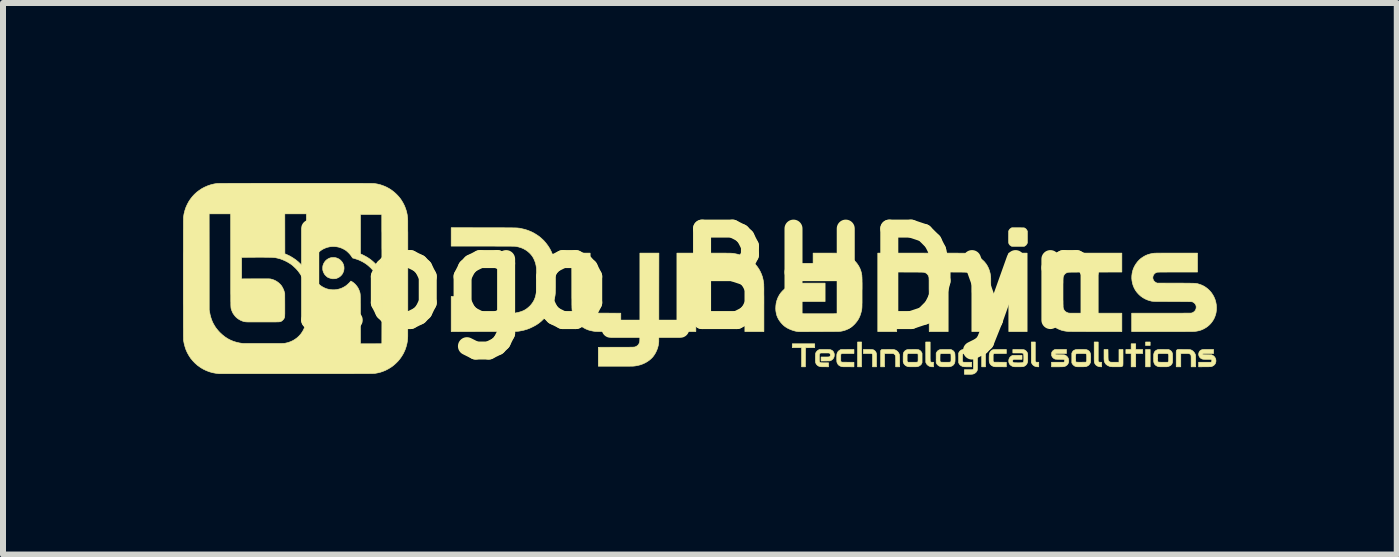
<source format=kicad_pcb>
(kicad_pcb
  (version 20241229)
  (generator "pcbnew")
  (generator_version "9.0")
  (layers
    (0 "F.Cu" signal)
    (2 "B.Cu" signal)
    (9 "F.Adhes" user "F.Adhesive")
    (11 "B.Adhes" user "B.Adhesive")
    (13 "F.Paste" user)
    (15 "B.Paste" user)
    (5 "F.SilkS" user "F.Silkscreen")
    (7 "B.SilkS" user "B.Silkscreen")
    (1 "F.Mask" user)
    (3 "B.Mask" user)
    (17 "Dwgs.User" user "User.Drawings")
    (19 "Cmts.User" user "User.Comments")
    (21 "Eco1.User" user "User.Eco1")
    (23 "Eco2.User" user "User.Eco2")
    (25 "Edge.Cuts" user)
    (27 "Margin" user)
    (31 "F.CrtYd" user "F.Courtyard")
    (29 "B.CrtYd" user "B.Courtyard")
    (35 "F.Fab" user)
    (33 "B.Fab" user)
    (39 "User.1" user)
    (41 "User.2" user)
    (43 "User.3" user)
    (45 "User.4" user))
  (footprint "Logo_BHDyn"
    (layer "F.Cu")
    (at 8.615 1.595)
    (property "Reference" "Logo_BHDyn" (at 0 0 0) (layer "F.SilkS") (effects (font (size 1.524 1.524) (thickness 0.3))))
    (attr through_hole)
    (fp_poly (pts (xy 2.695 1.469) (xy 2.628 1.469) (xy 2.628 1.055) (xy 2.695 1.055) (xy 2.695 1.469)) (stroke (width 0.01) (type solid)) (fill yes) (layer "F.SilkS"))
    (fp_poly (pts (xy 4.761 1.113) (xy 4.697 1.113) (xy 4.697 1.055) (xy 4.761 1.055) (xy 4.761 1.113)) (stroke (width 0.01) (type solid)) (fill yes) (layer "F.SilkS"))
    (fp_poly (pts (xy 4.761 1.469) (xy 4.697 1.469) (xy 4.697 1.18) (xy 4.761 1.18) (xy 4.761 1.469)) (stroke (width 0.01) (type solid)) (fill yes) (layer "F.SilkS"))
    (fp_poly (pts (xy 5.454 0.882) (xy 5.149 0.882) (xy 5.149 -0.427) (xy 5.454 -0.427) (xy 5.454 0.882)) (stroke (width 0.01) (type solid)) (fill yes) (layer "F.SilkS"))
    (fp_poly (pts (xy 7.505 1.113) (xy 7.428 1.113) (xy 7.428 1.055) (xy 7.505 1.055) (xy 7.505 1.113)) (stroke (width 0.01) (type solid)) (fill yes) (layer "F.SilkS"))
    (fp_poly (pts (xy 7.505 1.469) (xy 7.428 1.469) (xy 7.428 1.18) (xy 7.505 1.18) (xy 7.505 1.469)) (stroke (width 0.01) (type solid)) (fill yes) (layer "F.SilkS"))
    (fp_poly (pts (xy 1.914 1.15) (xy 1.837 1.15) (xy 1.761 1.151) (xy 1.759 1.469) (xy 1.695 1.469) (xy 1.695 1.15) (xy 1.54 1.15) (xy 1.54 1.085) (xy 1.914 1.085) (xy 1.914 1.15)) (stroke (width 0.01) (type solid)) (fill yes) (layer "F.SilkS"))
    (fp_poly (pts (xy 7.264 1.18) (xy 7.38 1.18) (xy 7.38 1.247) (xy 7.264 1.247) (xy 7.264 1.469) (xy 7.188 1.469) (xy 7.188 1.247) (xy 7.1 1.247) (xy 7.1 1.18) (xy 7.188 1.18) (xy 7.188 1.085) (xy 7.264 1.085) (xy 7.264 1.18)) (stroke (width 0.01) (type solid)) (fill yes) (layer "F.SilkS"))
    (fp_poly (pts (xy 5.59 1.377) (xy 5.598 1.385) (xy 5.602 1.388) (xy 5.605 1.391) (xy 5.61 1.392) (xy 5.616 1.392) (xy 5.625 1.392) (xy 5.627 1.392) (xy 5.648 1.392) (xy 5.648 1.469) (xy 5.63 1.468) (xy 5.619 1.468) (xy 5.606 1.466) (xy 5.597 1.464) (xy 5.576 1.456) (xy 5.559 1.445) (xy 5.544 1.431) (xy 5.533 1.413) (xy 5.532 1.411) (xy 5.524 1.396) (xy 5.524 1.226) (xy 5.523 1.055) (xy 5.59 1.055) (xy 5.59 1.377)) (stroke (width 0.01) (type solid)) (fill yes) (layer "F.SilkS"))
    (fp_poly (pts (xy 3.838 1.213) (xy 3.838 1.248) (xy 3.838 1.279) (xy 3.838 1.305) (xy 3.838 1.328) (xy 3.839 1.346) (xy 3.839 1.359) (xy 3.839 1.37) (xy 3.84 1.376) (xy 3.84 1.378) (xy 3.844 1.384) (xy 3.849 1.389) (xy 3.858 1.391) (xy 3.87 1.392) (xy 3.876 1.392) (xy 3.895 1.392) (xy 3.895 1.469) (xy 3.876 1.468) (xy 3.862 1.468) (xy 3.848 1.466) (xy 3.84 1.464) (xy 3.821 1.457) (xy 3.807 1.449) (xy 3.794 1.438) (xy 3.783 1.427) (xy 3.775 1.414) (xy 3.771 1.407) (xy 3.765 1.394) (xy 3.764 1.055) (xy 3.838 1.055) (xy 3.838 1.213)) (stroke (width 0.01) (type solid)) (fill yes) (layer "F.SilkS"))
    (fp_poly (pts (xy 2.797 1.18) (xy 2.82 1.18) (xy 2.839 1.18) (xy 2.855 1.181) (xy 2.867 1.181) (xy 2.878 1.183) (xy 2.886 1.184) (xy 2.893 1.186) (xy 2.899 1.189) (xy 2.904 1.192) (xy 2.908 1.195) (xy 2.922 1.207) (xy 2.933 1.222) (xy 2.939 1.237) (xy 2.94 1.241) (xy 2.941 1.244) (xy 2.942 1.248) (xy 2.943 1.253) (xy 2.943 1.26) (xy 2.944 1.268) (xy 2.944 1.278) (xy 2.944 1.292) (xy 2.944 1.308) (xy 2.944 1.328) (xy 2.944 1.352) (xy 2.944 1.469) (xy 2.877 1.469) (xy 2.877 1.26) (xy 2.864 1.247) (xy 2.725 1.247) (xy 2.725 1.18) (xy 2.797 1.18)) (stroke (width 0.01) (type solid)) (fill yes) (layer "F.SilkS"))
    (fp_poly (pts (xy 6.639 1.376) (xy 6.645 1.384) (xy 6.649 1.387) (xy 6.652 1.389) (xy 6.656 1.391) (xy 6.662 1.391) (xy 6.672 1.392) (xy 6.674 1.392) (xy 6.696 1.393) (xy 6.696 1.469) (xy 6.678 1.468) (xy 6.658 1.467) (xy 6.643 1.463) (xy 6.623 1.455) (xy 6.606 1.444) (xy 6.592 1.43) (xy 6.582 1.413) (xy 6.575 1.394) (xy 6.574 1.389) (xy 6.574 1.384) (xy 6.573 1.375) (xy 6.573 1.362) (xy 6.572 1.345) (xy 6.572 1.325) (xy 6.572 1.303) (xy 6.572 1.277) (xy 6.572 1.25) (xy 6.572 1.221) (xy 6.572 1.215) (xy 6.572 1.055) (xy 6.639 1.055) (xy 6.639 1.376)) (stroke (width 0.01) (type solid)) (fill yes) (layer "F.SilkS"))
    (fp_poly (pts (xy 2.568 1.247) (xy 2.465 1.247) (xy 2.362 1.248) (xy 2.348 1.263) (xy 2.348 1.376) (xy 2.362 1.391) (xy 2.465 1.392) (xy 2.568 1.393) (xy 2.568 1.469) (xy 2.471 1.468) (xy 2.447 1.468) (xy 2.427 1.468) (xy 2.411 1.468) (xy 2.398 1.468) (xy 2.388 1.468) (xy 2.379 1.467) (xy 2.373 1.467) (xy 2.367 1.466) (xy 2.362 1.465) (xy 2.358 1.464) (xy 2.358 1.464) (xy 2.338 1.456) (xy 2.32 1.446) (xy 2.305 1.432) (xy 2.294 1.415) (xy 2.286 1.397) (xy 2.285 1.392) (xy 2.283 1.387) (xy 2.283 1.381) (xy 2.282 1.373) (xy 2.282 1.363) (xy 2.281 1.35) (xy 2.281 1.334) (xy 2.281 1.325) (xy 2.281 1.304) (xy 2.282 1.287) (xy 2.282 1.273) (xy 2.283 1.262) (xy 2.285 1.253) (xy 2.287 1.245) (xy 2.29 1.238) (xy 2.293 1.23) (xy 2.294 1.228) (xy 2.305 1.211) (xy 2.32 1.198) (xy 2.334 1.189) (xy 2.349 1.181) (xy 2.459 1.18) (xy 2.568 1.18) (xy 2.568 1.247)) (stroke (width 0.01) (type solid)) (fill yes) (layer "F.SilkS"))
    (fp_poly (pts (xy 3.176 1.18) (xy 3.196 1.181) (xy 3.213 1.181) (xy 3.225 1.181) (xy 3.233 1.182) (xy 3.235 1.182) (xy 3.256 1.188) (xy 3.275 1.198) (xy 3.293 1.211) (xy 3.307 1.228) (xy 3.318 1.247) (xy 3.323 1.258) (xy 3.324 1.262) (xy 3.325 1.266) (xy 3.326 1.27) (xy 3.327 1.275) (xy 3.328 1.281) (xy 3.328 1.289) (xy 3.328 1.3) (xy 3.329 1.313) (xy 3.329 1.33) (xy 3.329 1.35) (xy 3.329 1.371) (xy 3.33 1.469) (xy 3.263 1.469) (xy 3.263 1.381) (xy 3.263 1.357) (xy 3.263 1.338) (xy 3.262 1.322) (xy 3.262 1.309) (xy 3.261 1.298) (xy 3.26 1.29) (xy 3.259 1.284) (xy 3.258 1.279) (xy 3.256 1.275) (xy 3.253 1.271) (xy 3.251 1.268) (xy 3.245 1.262) (xy 3.238 1.256) (xy 3.235 1.254) (xy 3.225 1.248) (xy 3.151 1.247) (xy 3.078 1.247) (xy 3.078 1.469) (xy 3.013 1.469) (xy 3.013 1.198) (xy 3.021 1.19) (xy 3.029 1.181) (xy 3.125 1.18) (xy 3.152 1.18) (xy 3.176 1.18)) (stroke (width 0.01) (type solid)) (fill yes) (layer "F.SilkS"))
    (fp_poly (pts (xy 5.326 -0.849) (xy 5.346 -0.849) (xy 5.363 -0.848) (xy 5.376 -0.848) (xy 5.387 -0.848) (xy 5.395 -0.848) (xy 5.401 -0.847) (xy 5.405 -0.847) (xy 5.408 -0.846) (xy 5.411 -0.845) (xy 5.414 -0.844) (xy 5.415 -0.843) (xy 5.43 -0.834) (xy 5.442 -0.821) (xy 5.451 -0.806) (xy 5.458 -0.793) (xy 5.458 -0.595) (xy 5.451 -0.582) (xy 5.442 -0.566) (xy 5.429 -0.553) (xy 5.416 -0.545) (xy 5.404 -0.539) (xy 5.304 -0.539) (xy 5.279 -0.539) (xy 5.258 -0.539) (xy 5.24 -0.539) (xy 5.226 -0.539) (xy 5.216 -0.539) (xy 5.207 -0.54) (xy 5.201 -0.54) (xy 5.197 -0.541) (xy 5.195 -0.541) (xy 5.181 -0.549) (xy 5.168 -0.559) (xy 5.159 -0.57) (xy 5.155 -0.575) (xy 5.153 -0.58) (xy 5.15 -0.585) (xy 5.149 -0.59) (xy 5.147 -0.597) (xy 5.146 -0.606) (xy 5.146 -0.616) (xy 5.145 -0.629) (xy 5.145 -0.645) (xy 5.145 -0.665) (xy 5.145 -0.688) (xy 5.145 -0.699) (xy 5.146 -0.793) (xy 5.152 -0.806) (xy 5.161 -0.821) (xy 5.174 -0.834) (xy 5.188 -0.843) (xy 5.199 -0.849) (xy 5.302 -0.849) (xy 5.326 -0.849)) (stroke (width 0.01) (type solid)) (fill yes) (layer "F.SilkS"))
    (fp_poly (pts (xy 5.108 1.247) (xy 5.005 1.247) (xy 4.902 1.248) (xy 4.888 1.263) (xy 4.888 1.376) (xy 4.902 1.391) (xy 5.005 1.392) (xy 5.108 1.393) (xy 5.108 1.469) (xy 5.011 1.468) (xy 4.987 1.468) (xy 4.967 1.468) (xy 4.951 1.468) (xy 4.938 1.468) (xy 4.928 1.468) (xy 4.919 1.467) (xy 4.913 1.467) (xy 4.907 1.466) (xy 4.902 1.465) (xy 4.898 1.464) (xy 4.898 1.464) (xy 4.878 1.456) (xy 4.86 1.446) (xy 4.845 1.432) (xy 4.834 1.415) (xy 4.826 1.397) (xy 4.825 1.392) (xy 4.823 1.387) (xy 4.823 1.381) (xy 4.822 1.373) (xy 4.822 1.363) (xy 4.821 1.35) (xy 4.821 1.334) (xy 4.821 1.325) (xy 4.821 1.305) (xy 4.822 1.289) (xy 4.822 1.276) (xy 4.823 1.266) (xy 4.824 1.259) (xy 4.825 1.253) (xy 4.825 1.253) (xy 4.832 1.233) (xy 4.842 1.215) (xy 4.855 1.201) (xy 4.871 1.19) (xy 4.879 1.186) (xy 4.882 1.185) (xy 4.885 1.184) (xy 4.888 1.183) (xy 4.893 1.183) (xy 4.898 1.182) (xy 4.905 1.182) (xy 4.915 1.181) (xy 4.927 1.181) (xy 4.942 1.181) (xy 4.96 1.181) (xy 4.982 1.181) (xy 5 1.18) (xy 5.108 1.18) (xy 5.108 1.247)) (stroke (width 0.01) (type solid)) (fill yes) (layer "F.SilkS"))
    (fp_poly (pts (xy -6.078 -0.351) (xy -6.061 -0.347) (xy -6.043 -0.341) (xy -6.029 -0.334) (xy -6.018 -0.329) (xy -6.009 -0.323) (xy -6.001 -0.317) (xy -5.992 -0.31) (xy -5.985 -0.303) (xy -5.966 -0.282) (xy -5.952 -0.26) (xy -5.941 -0.236) (xy -5.934 -0.21) (xy -5.932 -0.197) (xy -5.931 -0.17) (xy -5.934 -0.142) (xy -5.942 -0.115) (xy -5.952 -0.092) (xy -5.966 -0.069) (xy -5.984 -0.049) (xy -6.005 -0.031) (xy -6.029 -0.017) (xy -6.054 -0.006) (xy -6.063 -0.003) (xy -6.071 -0.001) (xy -6.083 -0.000051) (xy -6.095 0.001) (xy -6.107 0.001) (xy -6.119 0.001) (xy -6.128 0.001) (xy -6.135 -0.000335) (xy -6.137 -0.001) (xy -6.142 -0.004) (xy -6.147 -0.005) (xy -6.154 -0.006) (xy -6.163 -0.008) (xy -6.174 -0.012) (xy -6.186 -0.016) (xy -6.196 -0.02) (xy -6.201 -0.022) (xy -6.207 -0.027) (xy -6.215 -0.033) (xy -6.225 -0.041) (xy -6.234 -0.05) (xy -6.235 -0.051) (xy -6.245 -0.061) (xy -6.252 -0.069) (xy -6.257 -0.077) (xy -6.262 -0.085) (xy -6.267 -0.095) (xy -6.275 -0.111) (xy -6.28 -0.126) (xy -6.284 -0.14) (xy -6.286 -0.155) (xy -6.286 -0.173) (xy -6.286 -0.175) (xy -6.286 -0.19) (xy -6.285 -0.201) (xy -6.284 -0.211) (xy -6.282 -0.22) (xy -6.281 -0.223) (xy -6.271 -0.25) (xy -6.257 -0.275) (xy -6.24 -0.297) (xy -6.219 -0.316) (xy -6.195 -0.332) (xy -6.169 -0.344) (xy -6.166 -0.345) (xy -6.156 -0.348) (xy -6.146 -0.35) (xy -6.137 -0.352) (xy -6.124 -0.352) (xy -6.118 -0.353) (xy -6.097 -0.353) (xy -6.078 -0.351)) (stroke (width 0.01) (type solid)) (fill yes) (layer "F.SilkS"))
    (fp_poly (pts (xy 6.803 1.267) (xy 6.803 1.29) (xy 6.803 1.309) (xy 6.804 1.325) (xy 6.804 1.337) (xy 6.805 1.346) (xy 6.806 1.354) (xy 6.807 1.359) (xy 6.809 1.364) (xy 6.811 1.367) (xy 6.814 1.371) (xy 6.818 1.374) (xy 6.819 1.376) (xy 6.824 1.38) (xy 6.828 1.384) (xy 6.832 1.387) (xy 6.837 1.389) (xy 6.844 1.39) (xy 6.853 1.391) (xy 6.864 1.392) (xy 6.878 1.392) (xy 6.896 1.392) (xy 6.915 1.392) (xy 6.985 1.392) (xy 6.985 1.18) (xy 7.052 1.18) (xy 7.052 1.312) (xy 7.052 1.34) (xy 7.052 1.364) (xy 7.052 1.384) (xy 7.052 1.4) (xy 7.052 1.414) (xy 7.051 1.424) (xy 7.051 1.432) (xy 7.051 1.439) (xy 7.05 1.443) (xy 7.05 1.446) (xy 7.049 1.449) (xy 7.048 1.451) (xy 7.047 1.452) (xy 7.042 1.458) (xy 7.034 1.464) (xy 7.033 1.464) (xy 7.03 1.465) (xy 7.027 1.466) (xy 7.023 1.467) (xy 7.017 1.467) (xy 7.01 1.468) (xy 7.001 1.468) (xy 6.988 1.468) (xy 6.973 1.468) (xy 6.953 1.468) (xy 6.94 1.468) (xy 6.915 1.468) (xy 6.894 1.468) (xy 6.877 1.468) (xy 6.864 1.467) (xy 6.854 1.466) (xy 6.846 1.466) (xy 6.843 1.465) (xy 6.826 1.46) (xy 6.808 1.452) (xy 6.791 1.443) (xy 6.777 1.433) (xy 6.765 1.422) (xy 6.763 1.42) (xy 6.758 1.412) (xy 6.752 1.403) (xy 6.749 1.397) (xy 6.746 1.39) (xy 6.743 1.384) (xy 6.741 1.377) (xy 6.739 1.369) (xy 6.738 1.36) (xy 6.737 1.348) (xy 6.736 1.335) (xy 6.736 1.319) (xy 6.736 1.299) (xy 6.736 1.275) (xy 6.736 1.266) (xy 6.736 1.18) (xy 6.802 1.18) (xy 6.803 1.267)) (stroke (width 0.01) (type solid)) (fill yes) (layer "F.SilkS"))
    (fp_poly (pts (xy 8.018 1.18) (xy 8.038 1.18) (xy 8.061 1.181) (xy 8.065 1.181) (xy 8.09 1.181) (xy 8.112 1.181) (xy 8.13 1.181) (xy 8.145 1.182) (xy 8.157 1.182) (xy 8.167 1.183) (xy 8.175 1.184) (xy 8.181 1.186) (xy 8.187 1.188) (xy 8.192 1.19) (xy 8.198 1.193) (xy 8.203 1.196) (xy 8.222 1.21) (xy 8.238 1.228) (xy 8.251 1.248) (xy 8.258 1.265) (xy 8.259 1.269) (xy 8.26 1.273) (xy 8.261 1.277) (xy 8.262 1.283) (xy 8.262 1.29) (xy 8.263 1.298) (xy 8.263 1.309) (xy 8.263 1.323) (xy 8.263 1.341) (xy 8.264 1.362) (xy 8.264 1.374) (xy 8.264 1.469) (xy 8.188 1.469) (xy 8.188 1.377) (xy 8.188 1.352) (xy 8.188 1.332) (xy 8.188 1.315) (xy 8.187 1.302) (xy 8.187 1.291) (xy 8.186 1.283) (xy 8.184 1.277) (xy 8.182 1.272) (xy 8.18 1.268) (xy 8.177 1.264) (xy 8.173 1.261) (xy 8.171 1.259) (xy 8.167 1.256) (xy 8.162 1.253) (xy 8.157 1.251) (xy 8.151 1.249) (xy 8.143 1.248) (xy 8.133 1.248) (xy 8.12 1.247) (xy 8.103 1.247) (xy 8.083 1.247) (xy 8.08 1.247) (xy 8.015 1.247) (xy 8.015 1.469) (xy 7.939 1.469) (xy 7.939 1.336) (xy 7.939 1.308) (xy 7.939 1.285) (xy 7.939 1.265) (xy 7.939 1.248) (xy 7.939 1.235) (xy 7.939 1.224) (xy 7.94 1.216) (xy 7.94 1.21) (xy 7.94 1.205) (xy 7.941 1.202) (xy 7.942 1.2) (xy 7.943 1.198) (xy 7.943 1.197) (xy 7.949 1.19) (xy 7.955 1.185) (xy 7.955 1.184) (xy 7.957 1.183) (xy 7.96 1.182) (xy 7.962 1.182) (xy 7.966 1.181) (xy 7.972 1.181) (xy 7.979 1.18) (xy 7.989 1.18) (xy 8.002 1.18) (xy 8.018 1.18)) (stroke (width 0.01) (type solid)) (fill yes) (layer "F.SilkS"))
    (fp_poly (pts (xy 8.562 1.247) (xy 8.475 1.247) (xy 8.451 1.247) (xy 8.432 1.247) (xy 8.417 1.247) (xy 8.405 1.247) (xy 8.396 1.248) (xy 8.39 1.249) (xy 8.386 1.25) (xy 8.383 1.252) (xy 8.382 1.254) (xy 8.382 1.256) (xy 8.382 1.259) (xy 8.382 1.26) (xy 8.383 1.267) (xy 8.456 1.268) (xy 8.529 1.269) (xy 8.547 1.278) (xy 8.564 1.289) (xy 8.578 1.303) (xy 8.589 1.32) (xy 8.597 1.339) (xy 8.601 1.36) (xy 8.601 1.378) (xy 8.597 1.399) (xy 8.589 1.418) (xy 8.577 1.434) (xy 8.562 1.447) (xy 8.543 1.458) (xy 8.532 1.462) (xy 8.529 1.463) (xy 8.525 1.464) (xy 8.521 1.465) (xy 8.516 1.466) (xy 8.509 1.467) (xy 8.501 1.467) (xy 8.491 1.467) (xy 8.478 1.468) (xy 8.462 1.468) (xy 8.442 1.468) (xy 8.418 1.468) (xy 8.415 1.468) (xy 8.313 1.469) (xy 8.313 1.392) (xy 8.521 1.392) (xy 8.526 1.387) (xy 8.53 1.382) (xy 8.532 1.376) (xy 8.532 1.369) (xy 8.532 1.361) (xy 8.53 1.356) (xy 8.526 1.351) (xy 8.525 1.351) (xy 8.519 1.344) (xy 8.458 1.344) (xy 8.44 1.344) (xy 8.424 1.344) (xy 8.41 1.343) (xy 8.398 1.343) (xy 8.389 1.342) (xy 8.384 1.342) (xy 8.365 1.336) (xy 8.349 1.327) (xy 8.335 1.315) (xy 8.324 1.3) (xy 8.317 1.284) (xy 8.313 1.266) (xy 8.314 1.247) (xy 8.315 1.244) (xy 8.32 1.225) (xy 8.329 1.21) (xy 8.341 1.197) (xy 8.357 1.188) (xy 8.368 1.184) (xy 8.372 1.183) (xy 8.377 1.182) (xy 8.383 1.181) (xy 8.391 1.181) (xy 8.402 1.18) (xy 8.415 1.18) (xy 8.432 1.18) (xy 8.452 1.18) (xy 8.471 1.18) (xy 8.562 1.18) (xy 8.562 1.247)) (stroke (width 0.01) (type solid)) (fill yes) (layer "F.SilkS"))
    (fp_poly (pts (xy 4.575 1.187) (xy 4.592 1.198) (xy 4.606 1.212) (xy 4.617 1.228) (xy 4.624 1.247) (xy 4.625 1.249) (xy 4.625 1.254) (xy 4.626 1.263) (xy 4.626 1.276) (xy 4.627 1.293) (xy 4.627 1.313) (xy 4.627 1.336) (xy 4.627 1.361) (xy 4.627 1.383) (xy 4.627 1.412) (xy 4.627 1.437) (xy 4.627 1.458) (xy 4.627 1.475) (xy 4.627 1.49) (xy 4.626 1.501) (xy 4.625 1.511) (xy 4.624 1.519) (xy 4.623 1.525) (xy 4.621 1.531) (xy 4.619 1.536) (xy 4.616 1.541) (xy 4.613 1.546) (xy 4.613 1.547) (xy 4.602 1.561) (xy 4.587 1.573) (xy 4.575 1.58) (xy 4.568 1.584) (xy 4.56 1.587) (xy 4.553 1.589) (xy 4.544 1.591) (xy 4.534 1.592) (xy 4.521 1.593) (xy 4.506 1.593) (xy 4.487 1.593) (xy 4.472 1.593) (xy 4.408 1.593) (xy 4.408 1.517) (xy 4.547 1.517) (xy 4.554 1.51) (xy 4.56 1.504) (xy 4.56 1.263) (xy 4.547 1.248) (xy 4.472 1.247) (xy 4.449 1.247) (xy 4.43 1.247) (xy 4.415 1.247) (xy 4.404 1.248) (xy 4.397 1.248) (xy 4.392 1.249) (xy 4.391 1.249) (xy 4.387 1.251) (xy 4.384 1.254) (xy 4.382 1.257) (xy 4.38 1.262) (xy 4.379 1.269) (xy 4.379 1.279) (xy 4.378 1.292) (xy 4.378 1.309) (xy 4.378 1.322) (xy 4.378 1.379) (xy 4.385 1.386) (xy 4.392 1.392) (xy 4.53 1.392) (xy 4.53 1.469) (xy 4.467 1.469) (xy 4.446 1.469) (xy 4.428 1.468) (xy 4.414 1.468) (xy 4.402 1.467) (xy 4.393 1.466) (xy 4.385 1.464) (xy 4.377 1.462) (xy 4.37 1.459) (xy 4.363 1.455) (xy 4.345 1.445) (xy 4.332 1.433) (xy 4.322 1.418) (xy 4.319 1.413) (xy 4.312 1.398) (xy 4.312 1.241) (xy 4.319 1.228) (xy 4.329 1.211) (xy 4.343 1.198) (xy 4.359 1.188) (xy 4.375 1.181) (xy 4.562 1.181) (xy 4.575 1.187)) (stroke (width 0.01) (type solid)) (fill yes) (layer "F.SilkS"))
    (fp_poly (pts (xy -1.828 0.023) (xy -1.828 0.076) (xy -1.828 0.125) (xy -1.828 0.17) (xy -1.828 0.211) (xy -1.828 0.249) (xy -1.828 0.282) (xy -1.828 0.312) (xy -1.827 0.339) (xy -1.827 0.363) (xy -1.827 0.384) (xy -1.827 0.402) (xy -1.827 0.418) (xy -1.827 0.432) (xy -1.827 0.443) (xy -1.826 0.453) (xy -1.826 0.461) (xy -1.826 0.467) (xy -1.825 0.472) (xy -1.825 0.477) (xy -1.825 0.48) (xy -1.824 0.482) (xy -1.824 0.485) (xy -1.823 0.486) (xy -1.815 0.508) (xy -1.803 0.527) (xy -1.789 0.543) (xy -1.772 0.555) (xy -1.766 0.558) (xy -1.761 0.561) (xy -1.756 0.563) (xy -1.752 0.565) (xy -1.748 0.567) (xy -1.743 0.568) (xy -1.737 0.57) (xy -1.73 0.571) (xy -1.723 0.572) (xy -1.713 0.572) (xy -1.702 0.573) (xy -1.688 0.573) (xy -1.671 0.574) (xy -1.652 0.574) (xy -1.63 0.574) (xy -1.604 0.574) (xy -1.574 0.574) (xy -1.54 0.574) (xy -1.521 0.574) (xy -1.318 0.575) (xy -1.318 0.882) (xy -1.514 0.882) (xy -1.544 0.882) (xy -1.574 0.882) (xy -1.602 0.881) (xy -1.629 0.881) (xy -1.653 0.881) (xy -1.675 0.881) (xy -1.695 0.881) (xy -1.711 0.88) (xy -1.723 0.88) (xy -1.731 0.88) (xy -1.734 0.88) (xy -1.778 0.874) (xy -1.821 0.865) (xy -1.863 0.853) (xy -1.902 0.837) (xy -1.939 0.817) (xy -1.973 0.795) (xy -2.004 0.769) (xy -2.031 0.742) (xy -2.056 0.71) (xy -2.078 0.676) (xy -2.097 0.64) (xy -2.112 0.604) (xy -2.122 0.568) (xy -2.124 0.559) (xy -2.125 0.553) (xy -2.126 0.547) (xy -2.127 0.542) (xy -2.128 0.536) (xy -2.129 0.531) (xy -2.13 0.525) (xy -2.131 0.518) (xy -2.131 0.511) (xy -2.132 0.502) (xy -2.132 0.493) (xy -2.133 0.482) (xy -2.133 0.469) (xy -2.133 0.454) (xy -2.134 0.438) (xy -2.134 0.419) (xy -2.134 0.397) (xy -2.134 0.373) (xy -2.134 0.347) (xy -2.135 0.317) (xy -2.135 0.283) (xy -2.135 0.246) (xy -2.135 0.206) (xy -2.135 0.162) (xy -2.135 0.113) (xy -2.135 0.06) (xy -2.135 0.035) (xy -2.136 -0.427) (xy -1.829 -0.427) (xy -1.828 0.023)) (stroke (width 0.01) (type solid)) (fill yes) (layer "F.SilkS"))
    (fp_poly (pts (xy 3.585 1.18) (xy 3.602 1.18) (xy 3.616 1.181) (xy 3.628 1.182) (xy 3.637 1.183) (xy 3.644 1.184) (xy 3.651 1.186) (xy 3.656 1.189) (xy 3.658 1.19) (xy 3.672 1.199) (xy 3.684 1.211) (xy 3.694 1.225) (xy 3.696 1.229) (xy 3.703 1.243) (xy 3.703 1.4) (xy 3.696 1.415) (xy 3.687 1.43) (xy 3.673 1.443) (xy 3.657 1.454) (xy 3.656 1.455) (xy 3.648 1.458) (xy 3.64 1.461) (xy 3.633 1.464) (xy 3.624 1.466) (xy 3.614 1.467) (xy 3.602 1.468) (xy 3.587 1.468) (xy 3.569 1.468) (xy 3.547 1.468) (xy 3.546 1.468) (xy 3.525 1.468) (xy 3.509 1.468) (xy 3.496 1.468) (xy 3.486 1.467) (xy 3.478 1.467) (xy 3.472 1.466) (xy 3.467 1.465) (xy 3.463 1.464) (xy 3.443 1.456) (xy 3.425 1.445) (xy 3.41 1.431) (xy 3.399 1.415) (xy 3.391 1.396) (xy 3.39 1.389) (xy 3.389 1.382) (xy 3.388 1.372) (xy 3.388 1.359) (xy 3.388 1.344) (xy 3.388 1.327) (xy 3.388 1.31) (xy 3.388 1.293) (xy 3.389 1.278) (xy 3.389 1.264) (xy 3.389 1.263) (xy 3.454 1.263) (xy 3.454 1.377) (xy 3.462 1.385) (xy 3.47 1.392) (xy 3.546 1.392) (xy 3.569 1.392) (xy 3.588 1.392) (xy 3.603 1.392) (xy 3.615 1.391) (xy 3.622 1.391) (xy 3.626 1.39) (xy 3.626 1.39) (xy 3.629 1.388) (xy 3.632 1.386) (xy 3.633 1.383) (xy 3.635 1.379) (xy 3.636 1.373) (xy 3.636 1.364) (xy 3.637 1.352) (xy 3.637 1.337) (xy 3.637 1.32) (xy 3.637 1.26) (xy 3.623 1.247) (xy 3.546 1.247) (xy 3.468 1.248) (xy 3.454 1.263) (xy 3.389 1.263) (xy 3.39 1.253) (xy 3.391 1.245) (xy 3.392 1.242) (xy 3.396 1.232) (xy 3.403 1.22) (xy 3.412 1.209) (xy 3.42 1.201) (xy 3.422 1.199) (xy 3.43 1.194) (xy 3.44 1.189) (xy 3.445 1.186) (xy 3.448 1.185) (xy 3.452 1.184) (xy 3.456 1.183) (xy 3.461 1.182) (xy 3.468 1.182) (xy 3.477 1.181) (xy 3.488 1.181) (xy 3.503 1.181) (xy 3.521 1.181) (xy 3.539 1.18) (xy 3.564 1.18) (xy 3.585 1.18)) (stroke (width 0.01) (type solid)) (fill yes) (layer "F.SilkS"))
    (fp_poly (pts (xy -0.684 0.308) (xy -0.684 0.384) (xy -0.684 0.456) (xy -0.684 0.525) (xy -0.684 0.59) (xy -0.684 0.65) (xy -0.684 0.707) (xy -0.684 0.76) (xy -0.684 0.809) (xy -0.684 0.854) (xy -0.684 0.894) (xy -0.684 0.931) (xy -0.685 0.963) (xy -0.685 0.99) (xy -0.685 1.014) (xy -0.685 1.033) (xy -0.685 1.047) (xy -0.686 1.057) (xy -0.686 1.063) (xy -0.686 1.063) (xy -0.693 1.11) (xy -0.704 1.154) (xy -0.72 1.196) (xy -0.739 1.236) (xy -0.762 1.273) (xy -0.784 1.303) (xy -0.811 1.331) (xy -0.841 1.357) (xy -0.875 1.381) (xy -0.911 1.402) (xy -0.95 1.42) (xy -0.991 1.435) (xy -1.034 1.446) (xy -1.078 1.454) (xy -1.103 1.457) (xy -1.109 1.457) (xy -1.12 1.458) (xy -1.134 1.458) (xy -1.153 1.458) (xy -1.176 1.459) (xy -1.203 1.459) (xy -1.232 1.459) (xy -1.265 1.459) (xy -1.301 1.459) (xy -1.34 1.459) (xy -1.382 1.459) (xy -1.41 1.459) (xy -1.693 1.459) (xy -1.693 1.143) (xy -1.395 1.142) (xy -1.352 1.142) (xy -1.313 1.142) (xy -1.278 1.142) (xy -1.247 1.142) (xy -1.22 1.142) (xy -1.196 1.142) (xy -1.175 1.142) (xy -1.158 1.141) (xy -1.142 1.141) (xy -1.13 1.141) (xy -1.119 1.141) (xy -1.11 1.14) (xy -1.103 1.14) (xy -1.098 1.14) (xy -1.093 1.139) (xy -1.09 1.139) (xy -1.087 1.138) (xy -1.085 1.138) (xy -1.084 1.138) (xy -1.062 1.129) (xy -1.043 1.117) (xy -1.028 1.103) (xy -1.016 1.085) (xy -1.007 1.064) (xy -1.003 1.05) (xy -1.003 1.048) (xy -1.003 1.046) (xy -1.003 1.042) (xy -1.002 1.038) (xy -1.002 1.032) (xy -1.002 1.026) (xy -1.002 1.018) (xy -1.001 1.008) (xy -1.001 0.997) (xy -1.001 0.984) (xy -1.001 0.969) (xy -1.001 0.951) (xy -1.001 0.932) (xy -1 0.91) (xy -1 0.885) (xy -1 0.858) (xy -1 0.828) (xy -1 0.795) (xy -1 0.758) (xy -1 0.718) (xy -1 0.675) (xy -1 0.628) (xy -1 0.578) (xy -1 0.523) (xy -1 0.464) (xy -1 0.401) (xy -1 0.334) (xy -1 -0.427) (xy -0.683 -0.427) (xy -0.684 0.308)) (stroke (width 0.01) (type solid)) (fill yes) (layer "F.SilkS"))
    (fp_poly (pts (xy 6.11 1.247) (xy 6.023 1.247) (xy 6.003 1.247) (xy 5.985 1.247) (xy 5.968 1.247) (xy 5.955 1.248) (xy 5.944 1.248) (xy 5.936 1.248) (xy 5.933 1.249) (xy 5.933 1.249) (xy 5.929 1.254) (xy 5.929 1.26) (xy 5.93 1.263) (xy 5.931 1.264) (xy 5.932 1.265) (xy 5.935 1.266) (xy 5.939 1.267) (xy 5.946 1.267) (xy 5.955 1.267) (xy 5.967 1.268) (xy 5.983 1.268) (xy 6.003 1.268) (xy 6.023 1.268) (xy 6.039 1.269) (xy 6.052 1.269) (xy 6.061 1.269) (xy 6.069 1.27) (xy 6.074 1.27) (xy 6.079 1.271) (xy 6.083 1.273) (xy 6.087 1.274) (xy 6.087 1.274) (xy 6.103 1.283) (xy 6.117 1.295) (xy 6.13 1.309) (xy 6.139 1.326) (xy 6.142 1.333) (xy 6.147 1.354) (xy 6.148 1.375) (xy 6.145 1.395) (xy 6.138 1.413) (xy 6.128 1.43) (xy 6.114 1.444) (xy 6.097 1.455) (xy 6.095 1.456) (xy 6.088 1.459) (xy 6.082 1.461) (xy 6.076 1.463) (xy 6.069 1.465) (xy 6.061 1.466) (xy 6.051 1.467) (xy 6.039 1.468) (xy 6.025 1.468) (xy 6.007 1.468) (xy 5.986 1.469) (xy 5.961 1.469) (xy 5.957 1.469) (xy 5.86 1.469) (xy 5.86 1.392) (xy 6.066 1.392) (xy 6.073 1.386) (xy 6.078 1.379) (xy 6.08 1.372) (xy 6.08 1.37) (xy 6.078 1.361) (xy 6.075 1.353) (xy 6.07 1.347) (xy 6.065 1.345) (xy 6.062 1.345) (xy 6.054 1.345) (xy 6.043 1.344) (xy 6.03 1.344) (xy 6.014 1.344) (xy 5.997 1.343) (xy 5.993 1.343) (xy 5.974 1.343) (xy 5.958 1.343) (xy 5.946 1.342) (xy 5.937 1.342) (xy 5.93 1.341) (xy 5.925 1.341) (xy 5.92 1.34) (xy 5.916 1.338) (xy 5.913 1.337) (xy 5.897 1.328) (xy 5.882 1.315) (xy 5.871 1.3) (xy 5.869 1.296) (xy 5.866 1.288) (xy 5.863 1.282) (xy 5.862 1.276) (xy 5.862 1.268) (xy 5.862 1.257) (xy 5.862 1.246) (xy 5.862 1.238) (xy 5.864 1.232) (xy 5.866 1.227) (xy 5.868 1.222) (xy 5.879 1.206) (xy 5.893 1.194) (xy 5.904 1.187) (xy 5.917 1.181) (xy 6.013 1.18) (xy 6.11 1.18) (xy 6.11 1.247)) (stroke (width 0.01) (type solid)) (fill yes) (layer "F.SilkS"))
    (fp_poly (pts (xy 4.2 1.188) (xy 4.216 1.197) (xy 4.228 1.207) (xy 4.238 1.219) (xy 4.245 1.235) (xy 4.247 1.24) (xy 4.249 1.244) (xy 4.25 1.249) (xy 4.251 1.255) (xy 4.251 1.263) (xy 4.252 1.273) (xy 4.252 1.287) (xy 4.253 1.304) (xy 4.253 1.309) (xy 4.253 1.327) (xy 4.253 1.343) (xy 4.253 1.358) (xy 4.252 1.371) (xy 4.252 1.38) (xy 4.251 1.382) (xy 4.247 1.403) (xy 4.238 1.421) (xy 4.226 1.437) (xy 4.225 1.438) (xy 4.214 1.447) (xy 4.203 1.454) (xy 4.191 1.459) (xy 4.177 1.464) (xy 4.172 1.465) (xy 4.166 1.466) (xy 4.16 1.467) (xy 4.153 1.468) (xy 4.144 1.468) (xy 4.132 1.468) (xy 4.118 1.468) (xy 4.099 1.468) (xy 4.092 1.468) (xy 4.072 1.468) (xy 4.056 1.468) (xy 4.044 1.468) (xy 4.034 1.468) (xy 4.026 1.467) (xy 4.02 1.466) (xy 4.015 1.465) (xy 4.01 1.464) (xy 4.006 1.463) (xy 3.986 1.455) (xy 3.969 1.443) (xy 3.954 1.428) (xy 3.945 1.413) (xy 3.938 1.4) (xy 3.938 1.336) (xy 4.002 1.336) (xy 4.002 1.351) (xy 4.002 1.363) (xy 4.003 1.373) (xy 4.005 1.379) (xy 4.007 1.384) (xy 4.01 1.387) (xy 4.013 1.389) (xy 4.014 1.39) (xy 4.018 1.39) (xy 4.025 1.391) (xy 4.036 1.391) (xy 4.05 1.392) (xy 4.065 1.392) (xy 4.082 1.392) (xy 4.099 1.392) (xy 4.116 1.392) (xy 4.132 1.392) (xy 4.146 1.392) (xy 4.158 1.391) (xy 4.167 1.391) (xy 4.172 1.39) (xy 4.173 1.39) (xy 4.177 1.388) (xy 4.18 1.385) (xy 4.183 1.381) (xy 4.184 1.376) (xy 4.185 1.368) (xy 4.186 1.357) (xy 4.186 1.344) (xy 4.186 1.326) (xy 4.186 1.317) (xy 4.185 1.261) (xy 4.179 1.254) (xy 4.172 1.248) (xy 4.016 1.248) (xy 4.009 1.254) (xy 4.003 1.261) (xy 4.002 1.316) (xy 4.002 1.336) (xy 3.938 1.336) (xy 3.938 1.241) (xy 3.946 1.227) (xy 3.957 1.21) (xy 3.971 1.197) (xy 3.988 1.188) (xy 3.991 1.187) (xy 3.994 1.185) (xy 3.998 1.184) (xy 4.002 1.183) (xy 4.006 1.182) (xy 4.012 1.182) (xy 4.02 1.182) (xy 4.03 1.181) (xy 4.043 1.181) (xy 4.059 1.181) (xy 4.078 1.181) (xy 4.095 1.181) (xy 4.185 1.181) (xy 4.2 1.188)) (stroke (width 0.01) (type solid)) (fill yes) (layer "F.SilkS"))
    (fp_poly (pts (xy 0.073 -0.427) (xy 0.127 -0.426) (xy 0.177 -0.426) (xy 0.222 -0.426) (xy 0.264 -0.426) (xy 0.301 -0.426) (xy 0.335 -0.426) (xy 0.366 -0.426) (xy 0.393 -0.426) (xy 0.417 -0.426) (xy 0.439 -0.426) (xy 0.458 -0.425) (xy 0.474 -0.425) (xy 0.489 -0.425) (xy 0.501 -0.425) (xy 0.512 -0.425) (xy 0.521 -0.424) (xy 0.528 -0.424) (xy 0.535 -0.424) (xy 0.54 -0.423) (xy 0.545 -0.423) (xy 0.549 -0.423) (xy 0.553 -0.422) (xy 0.557 -0.422) (xy 0.56 -0.421) (xy 0.561 -0.421) (xy 0.598 -0.414) (xy 0.632 -0.407) (xy 0.663 -0.398) (xy 0.693 -0.388) (xy 0.723 -0.376) (xy 0.754 -0.362) (xy 0.761 -0.359) (xy 0.789 -0.344) (xy 0.815 -0.328) (xy 0.84 -0.312) (xy 0.859 -0.298) (xy 0.895 -0.267) (xy 0.929 -0.234) (xy 0.959 -0.197) (xy 0.985 -0.158) (xy 1.008 -0.116) (xy 1.028 -0.071) (xy 1.044 -0.025) (xy 1.055 0.024) (xy 1.063 0.074) (xy 1.064 0.084) (xy 1.065 0.09) (xy 1.065 0.101) (xy 1.065 0.116) (xy 1.066 0.136) (xy 1.066 0.16) (xy 1.066 0.188) (xy 1.066 0.221) (xy 1.066 0.259) (xy 1.067 0.301) (xy 1.067 0.347) (xy 1.067 0.398) (xy 1.067 0.454) (xy 1.067 0.496) (xy 1.067 0.882) (xy 0.75 0.882) (xy 0.75 0.503) (xy 0.75 0.453) (xy 0.75 0.407) (xy 0.75 0.366) (xy 0.75 0.329) (xy 0.75 0.295) (xy 0.75 0.265) (xy 0.75 0.239) (xy 0.75 0.215) (xy 0.75 0.195) (xy 0.75 0.177) (xy 0.75 0.161) (xy 0.749 0.148) (xy 0.749 0.137) (xy 0.749 0.128) (xy 0.749 0.12) (xy 0.748 0.114) (xy 0.748 0.109) (xy 0.747 0.106) (xy 0.747 0.102) (xy 0.739 0.07) (xy 0.727 0.039) (xy 0.712 0.01) (xy 0.693 -0.016) (xy 0.672 -0.04) (xy 0.653 -0.056) (xy 0.625 -0.074) (xy 0.596 -0.088) (xy 0.563 -0.099) (xy 0.543 -0.105) (xy 0.539 -0.105) (xy 0.536 -0.106) (xy 0.532 -0.106) (xy 0.528 -0.107) (xy 0.523 -0.107) (xy 0.518 -0.108) (xy 0.51 -0.108) (xy 0.502 -0.108) (xy 0.491 -0.109) (xy 0.479 -0.109) (xy 0.464 -0.109) (xy 0.446 -0.109) (xy 0.426 -0.109) (xy 0.403 -0.11) (xy 0.376 -0.11) (xy 0.346 -0.11) (xy 0.312 -0.11) (xy 0.274 -0.11) (xy 0.231 -0.11) (xy 0.227 -0.11) (xy -0.067 -0.111) (xy -0.067 0.882) (xy -0.383 0.882) (xy -0.383 -0.427) (xy 0.073 -0.427)) (stroke (width 0.01) (type solid)) (fill yes) (layer "F.SilkS"))
    (fp_poly (pts (xy 2.103 1.181) (xy 2.122 1.181) (xy 2.137 1.181) (xy 2.149 1.182) (xy 2.159 1.182) (xy 2.166 1.182) (xy 2.172 1.183) (xy 2.176 1.184) (xy 2.18 1.185) (xy 2.183 1.186) (xy 2.201 1.194) (xy 2.215 1.205) (xy 2.227 1.22) (xy 2.235 1.237) (xy 2.24 1.256) (xy 2.24 1.269) (xy 2.239 1.291) (xy 2.233 1.312) (xy 2.223 1.33) (xy 2.21 1.345) (xy 2.193 1.358) (xy 2.183 1.363) (xy 2.167 1.37) (xy 2.094 1.371) (xy 2.02 1.372) (xy 2.02 1.305) (xy 2.088 1.305) (xy 2.108 1.305) (xy 2.123 1.305) (xy 2.135 1.304) (xy 2.144 1.304) (xy 2.15 1.304) (xy 2.155 1.303) (xy 2.158 1.302) (xy 2.16 1.301) (xy 2.162 1.3) (xy 2.162 1.3) (xy 2.17 1.291) (xy 2.174 1.281) (xy 2.175 1.27) (xy 2.173 1.259) (xy 2.169 1.249) (xy 2.161 1.242) (xy 2.159 1.241) (xy 2.157 1.24) (xy 2.153 1.239) (xy 2.147 1.239) (xy 2.14 1.238) (xy 2.129 1.238) (xy 2.116 1.238) (xy 2.098 1.238) (xy 2.081 1.238) (xy 2.011 1.238) (xy 2.002 1.246) (xy 1.998 1.25) (xy 1.996 1.254) (xy 1.994 1.259) (xy 1.992 1.265) (xy 1.991 1.273) (xy 1.991 1.284) (xy 1.991 1.298) (xy 1.991 1.315) (xy 1.991 1.33) (xy 1.991 1.348) (xy 1.992 1.362) (xy 1.993 1.373) (xy 1.994 1.381) (xy 1.995 1.387) (xy 1.998 1.391) (xy 2.001 1.394) (xy 2.005 1.397) (xy 2.006 1.397) (xy 2.008 1.398) (xy 2.011 1.399) (xy 2.014 1.4) (xy 2.02 1.401) (xy 2.027 1.401) (xy 2.037 1.401) (xy 2.05 1.402) (xy 2.067 1.402) (xy 2.079 1.402) (xy 2.145 1.402) (xy 2.145 1.469) (xy 2.08 1.468) (xy 2.06 1.468) (xy 2.044 1.468) (xy 2.031 1.468) (xy 2.021 1.467) (xy 2.013 1.467) (xy 2.007 1.466) (xy 2.002 1.465) (xy 2 1.464) (xy 1.987 1.46) (xy 1.977 1.456) (xy 1.967 1.45) (xy 1.959 1.444) (xy 1.945 1.43) (xy 1.935 1.414) (xy 1.929 1.399) (xy 1.928 1.394) (xy 1.927 1.389) (xy 1.927 1.383) (xy 1.926 1.374) (xy 1.926 1.363) (xy 1.926 1.35) (xy 1.926 1.332) (xy 1.926 1.317) (xy 1.926 1.297) (xy 1.927 1.281) (xy 1.927 1.269) (xy 1.927 1.26) (xy 1.928 1.253) (xy 1.929 1.247) (xy 1.93 1.243) (xy 1.931 1.239) (xy 1.932 1.235) (xy 1.941 1.22) (xy 1.953 1.206) (xy 1.967 1.194) (xy 1.976 1.189) (xy 1.991 1.181) (xy 2.08 1.181) (xy 2.103 1.181)) (stroke (width 0.01) (type solid)) (fill yes) (layer "F.SilkS"))
    (fp_poly (pts (xy 6.362 1.18) (xy 6.38 1.18) (xy 6.397 1.18) (xy 6.413 1.181) (xy 6.425 1.181) (xy 6.434 1.182) (xy 6.439 1.182) (xy 6.456 1.187) (xy 6.472 1.196) (xy 6.486 1.207) (xy 6.498 1.221) (xy 6.504 1.234) (xy 6.507 1.242) (xy 6.51 1.251) (xy 6.511 1.26) (xy 6.513 1.27) (xy 6.513 1.282) (xy 6.514 1.297) (xy 6.514 1.315) (xy 6.513 1.331) (xy 6.513 1.349) (xy 6.513 1.364) (xy 6.512 1.374) (xy 6.512 1.383) (xy 6.511 1.389) (xy 6.51 1.394) (xy 6.509 1.398) (xy 6.508 1.402) (xy 6.497 1.421) (xy 6.484 1.438) (xy 6.468 1.451) (xy 6.448 1.46) (xy 6.443 1.462) (xy 6.438 1.464) (xy 6.434 1.465) (xy 6.429 1.466) (xy 6.422 1.466) (xy 6.415 1.467) (xy 6.405 1.467) (xy 6.392 1.468) (xy 6.375 1.468) (xy 6.356 1.468) (xy 6.335 1.468) (xy 6.318 1.468) (xy 6.305 1.468) (xy 6.294 1.468) (xy 6.286 1.467) (xy 6.28 1.467) (xy 6.274 1.466) (xy 6.269 1.465) (xy 6.269 1.464) (xy 6.248 1.457) (xy 6.231 1.445) (xy 6.216 1.431) (xy 6.205 1.414) (xy 6.199 1.403) (xy 6.199 1.321) (xy 6.262 1.321) (xy 6.262 1.341) (xy 6.263 1.356) (xy 6.263 1.367) (xy 6.265 1.376) (xy 6.266 1.382) (xy 6.269 1.386) (xy 6.272 1.389) (xy 6.274 1.39) (xy 6.278 1.391) (xy 6.286 1.391) (xy 6.297 1.391) (xy 6.311 1.392) (xy 6.328 1.392) (xy 6.347 1.392) (xy 6.357 1.392) (xy 6.434 1.391) (xy 6.447 1.376) (xy 6.447 1.322) (xy 6.447 1.303) (xy 6.447 1.288) (xy 6.446 1.276) (xy 6.445 1.268) (xy 6.444 1.262) (xy 6.442 1.257) (xy 6.439 1.254) (xy 6.435 1.251) (xy 6.433 1.25) (xy 6.429 1.249) (xy 6.42 1.248) (xy 6.409 1.248) (xy 6.395 1.247) (xy 6.379 1.247) (xy 6.362 1.247) (xy 6.345 1.247) (xy 6.328 1.247) (xy 6.312 1.247) (xy 6.298 1.248) (xy 6.286 1.248) (xy 6.278 1.249) (xy 6.274 1.25) (xy 6.27 1.253) (xy 6.268 1.256) (xy 6.266 1.261) (xy 6.264 1.267) (xy 6.263 1.277) (xy 6.263 1.289) (xy 6.262 1.305) (xy 6.262 1.321) (xy 6.199 1.321) (xy 6.199 1.241) (xy 6.206 1.226) (xy 6.211 1.217) (xy 6.217 1.209) (xy 6.221 1.203) (xy 6.232 1.196) (xy 6.245 1.189) (xy 6.259 1.184) (xy 6.265 1.182) (xy 6.271 1.182) (xy 6.28 1.181) (xy 6.293 1.181) (xy 6.309 1.18) (xy 6.326 1.18) (xy 6.344 1.18) (xy 6.362 1.18)) (stroke (width 0.01) (type solid)) (fill yes) (layer "F.SilkS"))
    (fp_poly (pts (xy 7.728 1.18) (xy 7.731 1.18) (xy 7.813 1.181) (xy 7.828 1.188) (xy 7.845 1.198) (xy 7.857 1.209) (xy 7.867 1.223) (xy 7.874 1.24) (xy 7.875 1.242) (xy 7.876 1.247) (xy 7.877 1.252) (xy 7.878 1.259) (xy 7.878 1.269) (xy 7.878 1.281) (xy 7.879 1.296) (xy 7.879 1.315) (xy 7.879 1.323) (xy 7.879 1.343) (xy 7.879 1.359) (xy 7.878 1.371) (xy 7.878 1.381) (xy 7.877 1.388) (xy 7.877 1.394) (xy 7.876 1.399) (xy 7.875 1.403) (xy 7.874 1.405) (xy 7.866 1.422) (xy 7.855 1.437) (xy 7.84 1.449) (xy 7.821 1.458) (xy 7.804 1.464) (xy 7.799 1.465) (xy 7.794 1.466) (xy 7.788 1.467) (xy 7.781 1.468) (xy 7.772 1.468) (xy 7.76 1.468) (xy 7.745 1.468) (xy 7.727 1.468) (xy 7.719 1.468) (xy 7.699 1.468) (xy 7.682 1.468) (xy 7.669 1.468) (xy 7.659 1.467) (xy 7.651 1.467) (xy 7.645 1.466) (xy 7.64 1.465) (xy 7.637 1.464) (xy 7.617 1.456) (xy 7.599 1.445) (xy 7.584 1.431) (xy 7.574 1.415) (xy 7.567 1.396) (xy 7.565 1.386) (xy 7.564 1.379) (xy 7.563 1.368) (xy 7.563 1.355) (xy 7.563 1.349) (xy 7.629 1.349) (xy 7.63 1.359) (xy 7.63 1.367) (xy 7.63 1.372) (xy 7.631 1.376) (xy 7.632 1.379) (xy 7.633 1.38) (xy 7.637 1.386) (xy 7.641 1.39) (xy 7.642 1.39) (xy 7.645 1.39) (xy 7.654 1.391) (xy 7.666 1.391) (xy 7.682 1.392) (xy 7.701 1.392) (xy 7.722 1.392) (xy 7.798 1.392) (xy 7.813 1.379) (xy 7.813 1.324) (xy 7.814 1.306) (xy 7.814 1.293) (xy 7.814 1.282) (xy 7.813 1.275) (xy 7.813 1.269) (xy 7.812 1.265) (xy 7.811 1.262) (xy 7.81 1.261) (xy 7.808 1.257) (xy 7.806 1.254) (xy 7.803 1.252) (xy 7.799 1.25) (xy 7.794 1.249) (xy 7.787 1.248) (xy 7.777 1.248) (xy 7.764 1.247) (xy 7.747 1.247) (xy 7.727 1.247) (xy 7.719 1.247) (xy 7.643 1.248) (xy 7.63 1.261) (xy 7.63 1.317) (xy 7.629 1.335) (xy 7.629 1.349) (xy 7.563 1.349) (xy 7.563 1.34) (xy 7.562 1.324) (xy 7.562 1.321) (xy 7.562 1.305) (xy 7.563 1.29) (xy 7.563 1.276) (xy 7.564 1.264) (xy 7.564 1.257) (xy 7.565 1.255) (xy 7.57 1.236) (xy 7.578 1.219) (xy 7.591 1.204) (xy 7.606 1.193) (xy 7.624 1.185) (xy 7.635 1.182) (xy 7.642 1.181) (xy 7.652 1.181) (xy 7.666 1.18) (xy 7.684 1.18) (xy 7.704 1.18) (xy 7.728 1.18)) (stroke (width 0.01) (type solid)) (fill yes) (layer "F.SilkS"))
    (fp_poly (pts (xy 5.306 1.18) (xy 5.328 1.181) (xy 5.347 1.181) (xy 5.362 1.181) (xy 5.374 1.181) (xy 5.383 1.182) (xy 5.39 1.182) (xy 5.396 1.183) (xy 5.4 1.184) (xy 5.403 1.185) (xy 5.407 1.186) (xy 5.408 1.186) (xy 5.425 1.195) (xy 5.439 1.207) (xy 5.448 1.218) (xy 5.452 1.225) (xy 5.456 1.231) (xy 5.459 1.238) (xy 5.461 1.245) (xy 5.463 1.254) (xy 5.464 1.265) (xy 5.464 1.278) (xy 5.464 1.294) (xy 5.464 1.315) (xy 5.464 1.318) (xy 5.464 1.338) (xy 5.464 1.353) (xy 5.464 1.364) (xy 5.464 1.374) (xy 5.463 1.381) (xy 5.462 1.386) (xy 5.461 1.391) (xy 5.46 1.396) (xy 5.459 1.398) (xy 5.451 1.418) (xy 5.439 1.435) (xy 5.423 1.449) (xy 5.405 1.46) (xy 5.399 1.462) (xy 5.395 1.464) (xy 5.391 1.465) (xy 5.387 1.466) (xy 5.381 1.466) (xy 5.374 1.467) (xy 5.364 1.467) (xy 5.352 1.468) (xy 5.336 1.468) (xy 5.316 1.468) (xy 5.311 1.468) (xy 5.29 1.468) (xy 5.273 1.468) (xy 5.259 1.468) (xy 5.248 1.468) (xy 5.24 1.467) (xy 5.233 1.467) (xy 5.228 1.466) (xy 5.223 1.465) (xy 5.22 1.464) (xy 5.2 1.456) (xy 5.183 1.445) (xy 5.168 1.432) (xy 5.157 1.415) (xy 5.15 1.396) (xy 5.148 1.379) (xy 5.148 1.357) (xy 5.153 1.337) (xy 5.161 1.319) (xy 5.173 1.304) (xy 5.188 1.291) (xy 5.2 1.284) (xy 5.213 1.278) (xy 5.369 1.277) (xy 5.369 1.344) (xy 5.228 1.344) (xy 5.221 1.35) (xy 5.215 1.359) (xy 5.212 1.369) (xy 5.213 1.379) (xy 5.216 1.387) (xy 5.219 1.391) (xy 5.221 1.394) (xy 5.225 1.396) (xy 5.23 1.398) (xy 5.237 1.4) (xy 5.246 1.401) (xy 5.257 1.401) (xy 5.272 1.401) (xy 5.291 1.402) (xy 5.305 1.402) (xy 5.327 1.402) (xy 5.344 1.401) (xy 5.358 1.401) (xy 5.368 1.4) (xy 5.376 1.399) (xy 5.382 1.398) (xy 5.386 1.395) (xy 5.39 1.393) (xy 5.392 1.389) (xy 5.394 1.385) (xy 5.396 1.382) (xy 5.397 1.379) (xy 5.397 1.374) (xy 5.398 1.368) (xy 5.398 1.359) (xy 5.399 1.348) (xy 5.399 1.333) (xy 5.399 1.32) (xy 5.399 1.301) (xy 5.398 1.285) (xy 5.398 1.273) (xy 5.397 1.264) (xy 5.395 1.258) (xy 5.393 1.253) (xy 5.39 1.249) (xy 5.386 1.245) (xy 5.383 1.243) (xy 5.381 1.242) (xy 5.378 1.24) (xy 5.375 1.24) (xy 5.371 1.239) (xy 5.366 1.238) (xy 5.358 1.238) (xy 5.348 1.238) (xy 5.335 1.238) (xy 5.318 1.238) (xy 5.297 1.238) (xy 5.216 1.238) (xy 5.216 1.18) (xy 5.306 1.18)) (stroke (width 0.01) (type solid)) (fill yes) (layer "F.SilkS"))
    (fp_poly (pts (xy 3.704 -0.427) (xy 3.774 -0.426) (xy 3.839 -0.426) (xy 3.9 -0.426) (xy 3.956 -0.426) (xy 4.009 -0.426) (xy 4.057 -0.426) (xy 4.102 -0.426) (xy 4.144 -0.426) (xy 4.182 -0.426) (xy 4.217 -0.426) (xy 4.248 -0.426) (xy 4.277 -0.426) (xy 4.303 -0.426) (xy 4.327 -0.425) (xy 4.347 -0.425) (xy 4.366 -0.425) (xy 4.383 -0.425) (xy 4.397 -0.425) (xy 4.41 -0.425) (xy 4.42 -0.424) (xy 4.43 -0.424) (xy 4.438 -0.424) (xy 4.444 -0.424) (xy 4.45 -0.423) (xy 4.455 -0.423) (xy 4.459 -0.423) (xy 4.462 -0.423) (xy 4.465 -0.422) (xy 4.467 -0.422) (xy 4.468 -0.422) (xy 4.514 -0.412) (xy 4.558 -0.399) (xy 4.6 -0.382) (xy 4.639 -0.362) (xy 4.675 -0.34) (xy 4.708 -0.314) (xy 4.738 -0.286) (xy 4.744 -0.279) (xy 4.77 -0.247) (xy 4.792 -0.212) (xy 4.811 -0.174) (xy 4.826 -0.134) (xy 4.837 -0.092) (xy 4.845 -0.048) (xy 4.847 -0.033) (xy 4.847 -0.027) (xy 4.847 -0.017) (xy 4.848 -0.002) (xy 4.848 0.016) (xy 4.848 0.04) (xy 4.848 0.067) (xy 4.848 0.099) (xy 4.849 0.134) (xy 4.849 0.174) (xy 4.849 0.218) (xy 4.849 0.265) (xy 4.849 0.316) (xy 4.849 0.371) (xy 4.849 0.429) (xy 4.849 0.882) (xy 4.533 0.882) (xy 4.533 0.44) (xy 4.533 0.386) (xy 4.533 0.336) (xy 4.533 0.29) (xy 4.533 0.248) (xy 4.532 0.21) (xy 4.532 0.176) (xy 4.532 0.145) (xy 4.532 0.118) (xy 4.532 0.094) (xy 4.532 0.072) (xy 4.532 0.054) (xy 4.532 0.038) (xy 4.531 0.024) (xy 4.531 0.012) (xy 4.531 0.003) (xy 4.531 -0.005) (xy 4.53 -0.011) (xy 4.53 -0.015) (xy 4.53 -0.018) (xy 4.529 -0.019) (xy 4.523 -0.042) (xy 4.514 -0.061) (xy 4.501 -0.078) (xy 4.485 -0.091) (xy 4.466 -0.101) (xy 4.451 -0.105) (xy 4.448 -0.106) (xy 4.444 -0.107) (xy 4.439 -0.108) (xy 4.432 -0.108) (xy 4.423 -0.108) (xy 4.413 -0.109) (xy 4.4 -0.109) (xy 4.384 -0.109) (xy 4.364 -0.11) (xy 4.342 -0.11) (xy 4.315 -0.11) (xy 4.287 -0.11) (xy 4.138 -0.111) (xy 4.138 0.882) (xy 3.822 0.882) (xy 3.821 0.434) (xy 3.821 0.38) (xy 3.821 0.331) (xy 3.821 0.286) (xy 3.821 0.245) (xy 3.821 0.208) (xy 3.82 0.174) (xy 3.82 0.144) (xy 3.82 0.117) (xy 3.82 0.093) (xy 3.82 0.073) (xy 3.82 0.054) (xy 3.82 0.039) (xy 3.82 0.025) (xy 3.819 0.013) (xy 3.819 0.004) (xy 3.819 -0.004) (xy 3.818 -0.011) (xy 3.818 -0.016) (xy 3.818 -0.02) (xy 3.817 -0.023) (xy 3.817 -0.026) (xy 3.817 -0.028) (xy 3.816 -0.029) (xy 3.808 -0.051) (xy 3.796 -0.069) (xy 3.782 -0.084) (xy 3.764 -0.096) (xy 3.743 -0.104) (xy 3.738 -0.105) (xy 3.735 -0.106) (xy 3.732 -0.107) (xy 3.728 -0.107) (xy 3.723 -0.108) (xy 3.716 -0.108) (xy 3.708 -0.108) (xy 3.697 -0.109) (xy 3.685 -0.109) (xy 3.67 -0.109) (xy 3.652 -0.109) (xy 3.631 -0.11) (xy 3.606 -0.11) (xy 3.578 -0.11) (xy 3.546 -0.11) (xy 3.51 -0.11) (xy 3.502 -0.11) (xy 3.281 -0.111) (xy 3.281 0.882) (xy 2.965 0.882) (xy 2.965 -0.427) (xy 3.704 -0.427)) (stroke (width 0.01) (type solid)) (fill yes) (layer "F.SilkS"))
    (fp_poly (pts (xy 7.033 -0.111) (xy 6.591 -0.11) (xy 6.537 -0.11) (xy 6.488 -0.11) (xy 6.444 -0.11) (xy 6.403 -0.11) (xy 6.366 -0.11) (xy 6.333 -0.11) (xy 6.303 -0.11) (xy 6.277 -0.109) (xy 6.253 -0.109) (xy 6.233 -0.109) (xy 6.215 -0.109) (xy 6.199 -0.109) (xy 6.186 -0.109) (xy 6.174 -0.108) (xy 6.165 -0.108) (xy 6.157 -0.108) (xy 6.151 -0.108) (xy 6.146 -0.107) (xy 6.141 -0.107) (xy 6.138 -0.107) (xy 6.136 -0.106) (xy 6.134 -0.106) (xy 6.133 -0.106) (xy 6.111 -0.098) (xy 6.093 -0.087) (xy 6.078 -0.073) (xy 6.067 -0.055) (xy 6.058 -0.035) (xy 6.056 -0.024) (xy 6.055 -0.019) (xy 6.054 -0.009) (xy 6.054 0.004) (xy 6.053 0.021) (xy 6.053 0.041) (xy 6.053 0.063) (xy 6.052 0.088) (xy 6.052 0.114) (xy 6.052 0.143) (xy 6.052 0.172) (xy 6.052 0.202) (xy 6.052 0.232) (xy 6.052 0.263) (xy 6.052 0.293) (xy 6.052 0.322) (xy 6.052 0.35) (xy 6.053 0.376) (xy 6.053 0.401) (xy 6.053 0.423) (xy 6.054 0.442) (xy 6.054 0.458) (xy 6.054 0.471) (xy 6.055 0.479) (xy 6.056 0.483) (xy 6.062 0.506) (xy 6.072 0.525) (xy 6.084 0.54) (xy 6.1 0.553) (xy 6.12 0.564) (xy 6.13 0.567) (xy 6.148 0.574) (xy 7.033 0.575) (xy 7.033 0.882) (xy 6.598 0.882) (xy 6.553 0.882) (xy 6.509 0.882) (xy 6.466 0.882) (xy 6.425 0.881) (xy 6.386 0.881) (xy 6.348 0.881) (xy 6.313 0.881) (xy 6.28 0.881) (xy 6.25 0.881) (xy 6.223 0.881) (xy 6.199 0.88) (xy 6.179 0.88) (xy 6.162 0.88) (xy 6.149 0.88) (xy 6.14 0.88) (xy 6.136 0.879) (xy 6.102 0.875) (xy 6.066 0.869) (xy 6.031 0.86) (xy 5.999 0.849) (xy 5.959 0.831) (xy 5.922 0.81) (xy 5.888 0.785) (xy 5.857 0.757) (xy 5.829 0.726) (xy 5.803 0.69) (xy 5.788 0.665) (xy 5.774 0.638) (xy 5.762 0.609) (xy 5.752 0.579) (xy 5.744 0.546) (xy 5.742 0.537) (xy 5.741 0.533) (xy 5.741 0.529) (xy 5.74 0.525) (xy 5.74 0.52) (xy 5.739 0.515) (xy 5.739 0.508) (xy 5.738 0.5) (xy 5.738 0.491) (xy 5.738 0.48) (xy 5.738 0.466) (xy 5.737 0.45) (xy 5.737 0.432) (xy 5.737 0.41) (xy 5.737 0.385) (xy 5.737 0.357) (xy 5.737 0.325) (xy 5.737 0.289) (xy 5.736 0.251) (xy 5.736 0.209) (xy 5.736 0.173) (xy 5.736 0.14) (xy 5.736 0.111) (xy 5.736 0.086) (xy 5.736 0.064) (xy 5.736 0.045) (xy 5.736 0.028) (xy 5.736 0.014) (xy 5.737 0.002) (xy 5.737 -0.008) (xy 5.737 -0.016) (xy 5.738 -0.024) (xy 5.738 -0.03) (xy 5.739 -0.035) (xy 5.739 -0.04) (xy 5.747 -0.086) (xy 5.76 -0.131) (xy 5.777 -0.175) (xy 5.798 -0.216) (xy 5.816 -0.247) (xy 5.842 -0.281) (xy 5.87 -0.311) (xy 5.902 -0.338) (xy 5.936 -0.362) (xy 5.973 -0.382) (xy 6.013 -0.399) (xy 6.055 -0.411) (xy 6.099 -0.42) (xy 6.14 -0.425) (xy 6.147 -0.425) (xy 6.158 -0.425) (xy 6.174 -0.426) (xy 6.194 -0.426) (xy 6.218 -0.426) (xy 6.246 -0.426) (xy 6.278 -0.427) (xy 6.314 -0.427) (xy 6.354 -0.427) (xy 6.397 -0.427) (xy 6.444 -0.427) (xy 6.494 -0.427) (xy 6.548 -0.427) (xy 6.603 -0.427) (xy 7.033 -0.427) (xy 7.033 -0.111)) (stroke (width 0.01) (type solid)) (fill yes) (layer "F.SilkS"))
    (fp_poly (pts (xy -3.603 -0.849) (xy -3.543 -0.849) (xy -3.487 -0.849) (xy -3.436 -0.849) (xy -3.389 -0.849) (xy -3.346 -0.849) (xy -3.306 -0.849) (xy -3.27 -0.849) (xy -3.237 -0.848) (xy -3.207 -0.848) (xy -3.18 -0.848) (xy -3.156 -0.848) (xy -3.135 -0.848) (xy -3.115 -0.847) (xy -3.098 -0.847) (xy -3.083 -0.847) (xy -3.07 -0.846) (xy -3.058 -0.846) (xy -3.047 -0.845) (xy -3.038 -0.845) (xy -3.03 -0.844) (xy -3.022 -0.843) (xy -3.016 -0.842) (xy -3.009 -0.842) (xy -3.003 -0.841) (xy -2.997 -0.839) (xy -2.991 -0.838) (xy -2.984 -0.837) (xy -2.977 -0.836) (xy -2.972 -0.834) (xy -2.918 -0.822) (xy -2.866 -0.805) (xy -2.814 -0.784) (xy -2.764 -0.759) (xy -2.717 -0.73) (xy -2.679 -0.704) (xy -2.638 -0.669) (xy -2.599 -0.632) (xy -2.564 -0.591) (xy -2.531 -0.547) (xy -2.502 -0.501) (xy -2.477 -0.452) (xy -2.455 -0.401) (xy -2.437 -0.348) (xy -2.423 -0.295) (xy -2.421 -0.286) (xy -2.419 -0.275) (xy -2.417 -0.264) (xy -2.415 -0.254) (xy -2.414 -0.245) (xy -2.412 -0.235) (xy -2.411 -0.226) (xy -2.41 -0.215) (xy -2.409 -0.204) (xy -2.409 -0.191) (xy -2.408 -0.176) (xy -2.408 -0.159) (xy -2.408 -0.14) (xy -2.407 -0.118) (xy -2.407 -0.093) (xy -2.407 -0.065) (xy -2.407 -0.032) (xy -2.407 0.004) (xy -2.407 0.018) (xy -2.407 0.056) (xy -2.407 0.089) (xy -2.407 0.119) (xy -2.407 0.145) (xy -2.408 0.167) (xy -2.408 0.187) (xy -2.408 0.204) (xy -2.409 0.219) (xy -2.409 0.232) (xy -2.41 0.244) (xy -2.411 0.255) (xy -2.412 0.264) (xy -2.413 0.273) (xy -2.414 0.282) (xy -2.416 0.292) (xy -2.418 0.302) (xy -2.42 0.312) (xy -2.421 0.319) (xy -2.435 0.373) (xy -2.452 0.427) (xy -2.474 0.479) (xy -2.5 0.53) (xy -2.529 0.578) (xy -2.555 0.615) (xy -2.566 0.628) (xy -2.58 0.644) (xy -2.596 0.661) (xy -2.613 0.678) (xy -2.63 0.695) (xy -2.647 0.711) (xy -2.663 0.724) (xy -2.676 0.735) (xy -2.724 0.768) (xy -2.774 0.796) (xy -2.826 0.821) (xy -2.879 0.842) (xy -2.933 0.858) (xy -2.981 0.868) (xy -2.988 0.869) (xy -2.995 0.871) (xy -3.002 0.872) (xy -3.008 0.873) (xy -3.014 0.874) (xy -3.021 0.875) (xy -3.027 0.876) (xy -3.035 0.876) (xy -3.043 0.877) (xy -3.052 0.877) (xy -3.062 0.878) (xy -3.074 0.878) (xy -3.087 0.879) (xy -3.102 0.879) (xy -3.118 0.88) (xy -3.137 0.88) (xy -3.158 0.88) (xy -3.182 0.88) (xy -3.208 0.88) (xy -3.237 0.881) (xy -3.269 0.881) (xy -3.305 0.881) (xy -3.344 0.881) (xy -3.386 0.881) (xy -3.432 0.881) (xy -3.483 0.881) (xy -3.537 0.881) (xy -3.596 0.881) (xy -3.607 0.881) (xy -4.145 0.882) (xy -4.145 0.296) (xy -3.828 0.296) (xy -3.828 0.575) (xy -3.456 0.574) (xy -3.084 0.574) (xy -3.057 0.568) (xy -3.016 0.559) (xy -2.979 0.548) (xy -2.945 0.535) (xy -2.914 0.519) (xy -2.885 0.5) (xy -2.857 0.477) (xy -2.835 0.457) (xy -2.808 0.427) (xy -2.784 0.394) (xy -2.764 0.359) (xy -2.748 0.321) (xy -2.736 0.28) (xy -2.728 0.237) (xy -2.725 0.217) (xy -2.724 0.21) (xy -2.724 0.199) (xy -2.724 0.185) (xy -2.723 0.167) (xy -2.723 0.147) (xy -2.723 0.124) (xy -2.723 0.099) (xy -2.723 0.073) (xy -2.722 0.046) (xy -2.722 0.019) (xy -2.722 -0.009) (xy -2.723 -0.036) (xy -2.723 -0.062) (xy -2.723 -0.087) (xy -2.723 -0.11) (xy -2.723 -0.131) (xy -2.724 -0.149) (xy -2.724 -0.164) (xy -2.724 -0.175) (xy -2.725 -0.183) (xy -2.725 -0.184) (xy -2.731 -0.222) (xy -2.739 -0.258) (xy -2.751 -0.292) (xy -2.764 -0.323) (xy -2.774 -0.343) (xy -2.784 -0.361) (xy -2.795 -0.377) (xy -2.807 -0.393) (xy -2.815 -0.403) (xy -2.843 -0.432) (xy -2.873 -0.458) (xy -2.907 -0.481) (xy -2.943 -0.501) (xy -2.982 -0.517) (xy -3.023 -0.529) (xy -3.066 -0.538) (xy -3.085 -0.54) (xy -3.091 -0.541) (xy -3.1 -0.541) (xy -3.114 -0.541) (xy -3.132 -0.541) (xy -3.154 -0.542) (xy -3.181 -0.542) (xy -3.212 -0.542) (xy -3.248 -0.542) (xy -3.288 -0.542) (xy -3.332 -0.542) (xy -3.381 -0.542) (xy -3.435 -0.543) (xy -3.493 -0.543) (xy -3.555 -0.543) (xy -3.623 -0.543) (xy -4.145 -0.543) (xy -4.145 -0.85) (xy -3.603 -0.849)) (stroke (width 0.01) (type solid)) (fill yes) (layer "F.SilkS"))
    (fp_poly (pts (xy 8.294 -0.111) (xy 7.968 -0.111) (xy 7.924 -0.111) (xy 7.881 -0.111) (xy 7.842 -0.111) (xy 7.805 -0.111) (xy 7.771 -0.11) (xy 7.74 -0.11) (xy 7.713 -0.11) (xy 7.689 -0.11) (xy 7.669 -0.11) (xy 7.652 -0.109) (xy 7.64 -0.109) (xy 7.632 -0.109) (xy 7.628 -0.109) (xy 7.609 -0.103) (xy 7.592 -0.095) (xy 7.577 -0.083) (xy 7.565 -0.068) (xy 7.556 -0.052) (xy 7.551 -0.034) (xy 7.549 -0.016) (xy 7.55 -0.004) (xy 7.556 0.016) (xy 7.566 0.034) (xy 7.579 0.049) (xy 7.596 0.061) (xy 7.603 0.065) (xy 7.619 0.073) (xy 7.935 0.074) (xy 7.981 0.074) (xy 8.022 0.074) (xy 8.059 0.074) (xy 8.092 0.075) (xy 8.122 0.075) (xy 8.148 0.075) (xy 8.171 0.075) (xy 8.191 0.076) (xy 8.209 0.076) (xy 8.224 0.076) (xy 8.238 0.077) (xy 8.249 0.077) (xy 8.259 0.078) (xy 8.267 0.079) (xy 8.274 0.08) (xy 8.281 0.081) (xy 8.287 0.082) (xy 8.292 0.083) (xy 8.298 0.084) (xy 8.303 0.086) (xy 8.309 0.088) (xy 8.314 0.089) (xy 8.355 0.103) (xy 8.394 0.121) (xy 8.43 0.143) (xy 8.464 0.169) (xy 8.494 0.197) (xy 8.522 0.229) (xy 8.546 0.264) (xy 8.567 0.301) (xy 8.584 0.341) (xy 8.587 0.349) (xy 8.599 0.391) (xy 8.607 0.434) (xy 8.61 0.476) (xy 8.609 0.519) (xy 8.604 0.561) (xy 8.597 0.593) (xy 8.584 0.631) (xy 8.568 0.668) (xy 8.548 0.702) (xy 8.524 0.735) (xy 8.498 0.764) (xy 8.476 0.784) (xy 8.441 0.811) (xy 8.404 0.833) (xy 8.366 0.851) (xy 8.325 0.865) (xy 8.282 0.874) (xy 8.239 0.88) (xy 8.233 0.88) (xy 8.222 0.88) (xy 8.206 0.881) (xy 8.187 0.881) (xy 8.162 0.881) (xy 8.134 0.881) (xy 8.101 0.881) (xy 8.065 0.882) (xy 8.024 0.882) (xy 7.979 0.882) (xy 7.931 0.882) (xy 7.878 0.882) (xy 7.822 0.882) (xy 7.762 0.882) (xy 7.703 0.882) (xy 7.197 0.882) (xy 7.197 0.575) (xy 7.689 0.575) (xy 7.751 0.575) (xy 7.809 0.575) (xy 7.862 0.575) (xy 7.91 0.575) (xy 7.955 0.575) (xy 7.995 0.575) (xy 8.031 0.575) (xy 8.064 0.574) (xy 8.092 0.574) (xy 8.117 0.574) (xy 8.138 0.574) (xy 8.156 0.574) (xy 8.17 0.573) (xy 8.18 0.573) (xy 8.188 0.573) (xy 8.192 0.573) (xy 8.193 0.572) (xy 8.21 0.567) (xy 8.226 0.558) (xy 8.241 0.546) (xy 8.254 0.532) (xy 8.263 0.517) (xy 8.263 0.517) (xy 8.27 0.496) (xy 8.272 0.476) (xy 8.271 0.457) (xy 8.265 0.438) (xy 8.255 0.421) (xy 8.242 0.407) (xy 8.225 0.394) (xy 8.208 0.386) (xy 8.206 0.385) (xy 8.204 0.385) (xy 8.201 0.384) (xy 8.196 0.384) (xy 8.19 0.384) (xy 8.182 0.383) (xy 8.173 0.383) (xy 8.161 0.383) (xy 8.148 0.383) (xy 8.131 0.382) (xy 8.112 0.382) (xy 8.09 0.382) (xy 8.065 0.382) (xy 8.036 0.382) (xy 8.003 0.381) (xy 7.967 0.381) (xy 7.926 0.381) (xy 7.881 0.381) (xy 7.877 0.381) (xy 7.832 0.381) (xy 7.791 0.38) (xy 7.754 0.38) (xy 7.721 0.38) (xy 7.691 0.38) (xy 7.665 0.38) (xy 7.642 0.38) (xy 7.622 0.379) (xy 7.604 0.379) (xy 7.589 0.379) (xy 7.576 0.378) (xy 7.564 0.378) (xy 7.554 0.377) (xy 7.546 0.376) (xy 7.539 0.376) (xy 7.532 0.375) (xy 7.526 0.374) (xy 7.52 0.372) (xy 7.515 0.371) (xy 7.509 0.369) (xy 7.503 0.368) (xy 7.496 0.366) (xy 7.495 0.366) (xy 7.456 0.353) (xy 7.418 0.336) (xy 7.382 0.315) (xy 7.348 0.291) (xy 7.317 0.263) (xy 7.289 0.233) (xy 7.264 0.2) (xy 7.243 0.164) (xy 7.239 0.156) (xy 7.222 0.116) (xy 7.21 0.076) (xy 7.202 0.035) (xy 7.198 -0.007) (xy 7.199 -0.048) (xy 7.204 -0.089) (xy 7.213 -0.129) (xy 7.226 -0.169) (xy 7.244 -0.207) (xy 7.266 -0.244) (xy 7.292 -0.279) (xy 7.295 -0.283) (xy 7.324 -0.314) (xy 7.355 -0.341) (xy 7.39 -0.364) (xy 7.426 -0.385) (xy 7.465 -0.401) (xy 7.506 -0.413) (xy 7.548 -0.422) (xy 7.575 -0.425) (xy 7.581 -0.425) (xy 7.592 -0.425) (xy 7.606 -0.426) (xy 7.625 -0.426) (xy 7.647 -0.426) (xy 7.673 -0.426) (xy 7.702 -0.427) (xy 7.734 -0.427) (xy 7.77 -0.427) (xy 7.808 -0.427) (xy 7.848 -0.427) (xy 7.891 -0.427) (xy 7.936 -0.427) (xy 7.948 -0.427) (xy 8.294 -0.427) (xy 8.294 -0.111)) (stroke (width 0.01) (type solid)) (fill yes) (layer "F.SilkS"))
    (fp_poly (pts (xy 2.076 -0.427) (xy 2.11 -0.427) (xy 2.141 -0.427) (xy 2.171 -0.427) (xy 2.198 -0.427) (xy 2.223 -0.426) (xy 2.245 -0.426) (xy 2.263 -0.426) (xy 2.278 -0.425) (xy 2.289 -0.425) (xy 2.294 -0.425) (xy 2.329 -0.42) (xy 2.364 -0.413) (xy 2.399 -0.404) (xy 2.432 -0.393) (xy 2.462 -0.38) (xy 2.463 -0.38) (xy 2.501 -0.359) (xy 2.537 -0.334) (xy 2.57 -0.307) (xy 2.6 -0.276) (xy 2.626 -0.243) (xy 2.649 -0.207) (xy 2.668 -0.17) (xy 2.683 -0.13) (xy 2.694 -0.089) (xy 2.695 -0.084) (xy 2.696 -0.076) (xy 2.697 -0.068) (xy 2.699 -0.06) (xy 2.7 -0.052) (xy 2.7 -0.042) (xy 2.701 -0.031) (xy 2.702 -0.019) (xy 2.702 -0.006) (xy 2.703 0.01) (xy 2.703 0.028) (xy 2.703 0.048) (xy 2.704 0.072) (xy 2.704 0.098) (xy 2.704 0.128) (xy 2.704 0.162) (xy 2.703 0.2) (xy 2.703 0.242) (xy 2.703 0.246) (xy 2.703 0.285) (xy 2.703 0.32) (xy 2.703 0.351) (xy 2.703 0.379) (xy 2.703 0.403) (xy 2.702 0.424) (xy 2.702 0.442) (xy 2.702 0.457) (xy 2.701 0.471) (xy 2.701 0.482) (xy 2.7 0.492) (xy 2.699 0.501) (xy 2.699 0.508) (xy 2.697 0.515) (xy 2.696 0.522) (xy 2.695 0.529) (xy 2.693 0.535) (xy 2.691 0.543) (xy 2.689 0.551) (xy 2.689 0.553) (xy 2.678 0.591) (xy 2.666 0.625) (xy 2.651 0.657) (xy 2.634 0.687) (xy 2.613 0.717) (xy 2.607 0.724) (xy 2.58 0.756) (xy 2.55 0.784) (xy 2.518 0.809) (xy 2.483 0.831) (xy 2.447 0.849) (xy 2.41 0.862) (xy 2.393 0.867) (xy 2.384 0.869) (xy 2.376 0.871) (xy 2.367 0.873) (xy 2.359 0.874) (xy 2.35 0.876) (xy 2.341 0.877) (xy 2.33 0.878) (xy 2.318 0.879) (xy 2.304 0.879) (xy 2.288 0.88) (xy 2.27 0.88) (xy 2.248 0.88) (xy 2.224 0.881) (xy 2.195 0.881) (xy 2.163 0.881) (xy 2.128 0.881) (xy 2.072 0.881) (xy 2.021 0.882) (xy 1.974 0.882) (xy 1.931 0.882) (xy 1.892 0.882) (xy 1.857 0.882) (xy 1.825 0.882) (xy 1.797 0.883) (xy 1.771 0.883) (xy 1.749 0.883) (xy 1.729 0.883) (xy 1.712 0.883) (xy 1.697 0.883) (xy 1.684 0.883) (xy 1.673 0.883) (xy 1.664 0.882) (xy 1.657 0.882) (xy 1.651 0.882) (xy 1.646 0.882) (xy 1.642 0.882) (xy 1.639 0.882) (xy 1.636 0.881) (xy 1.636 0.881) (xy 1.602 0.876) (xy 1.566 0.867) (xy 1.53 0.855) (xy 1.495 0.841) (xy 1.462 0.825) (xy 1.431 0.806) (xy 1.426 0.803) (xy 1.399 0.782) (xy 1.373 0.757) (xy 1.349 0.73) (xy 1.327 0.701) (xy 1.308 0.671) (xy 1.293 0.64) (xy 1.283 0.615) (xy 1.273 0.576) (xy 1.266 0.536) (xy 1.264 0.495) (xy 1.266 0.453) (xy 1.271 0.411) (xy 1.281 0.37) (xy 1.295 0.33) (xy 1.306 0.305) (xy 1.326 0.269) (xy 1.349 0.236) (xy 1.376 0.205) (xy 1.407 0.176) (xy 1.44 0.151) (xy 1.476 0.129) (xy 1.514 0.111) (xy 1.554 0.096) (xy 1.596 0.085) (xy 1.64 0.077) (xy 1.65 0.076) (xy 1.657 0.076) (xy 1.669 0.075) (xy 1.685 0.075) (xy 1.705 0.075) (xy 1.729 0.074) (xy 1.757 0.074) (xy 1.788 0.074) (xy 1.823 0.074) (xy 1.861 0.074) (xy 1.881 0.074) (xy 2.087 0.074) (xy 2.087 0.381) (xy 1.88 0.381) (xy 1.843 0.381) (xy 1.81 0.381) (xy 1.781 0.381) (xy 1.756 0.381) (xy 1.734 0.381) (xy 1.715 0.382) (xy 1.699 0.382) (xy 1.686 0.382) (xy 1.675 0.383) (xy 1.666 0.384) (xy 1.659 0.385) (xy 1.653 0.386) (xy 1.648 0.387) (xy 1.644 0.388) (xy 1.64 0.39) (xy 1.637 0.392) (xy 1.634 0.394) (xy 1.633 0.395) (xy 1.622 0.403) (xy 1.611 0.413) (xy 1.601 0.425) (xy 1.593 0.436) (xy 1.591 0.44) (xy 1.588 0.445) (xy 1.587 0.45) (xy 1.586 0.456) (xy 1.585 0.463) (xy 1.585 0.474) (xy 1.585 0.484) (xy 1.585 0.497) (xy 1.586 0.507) (xy 1.586 0.514) (xy 1.587 0.52) (xy 1.589 0.525) (xy 1.59 0.527) (xy 1.597 0.538) (xy 1.606 0.549) (xy 1.618 0.559) (xy 1.63 0.567) (xy 1.636 0.57) (xy 1.64 0.572) (xy 1.644 0.574) (xy 1.647 0.576) (xy 1.651 0.577) (xy 1.655 0.578) (xy 1.66 0.579) (xy 1.665 0.58) (xy 1.672 0.581) (xy 1.68 0.582) (xy 1.689 0.582) (xy 1.701 0.583) (xy 1.714 0.583) (xy 1.73 0.584) (xy 1.748 0.584) (xy 1.769 0.584) (xy 1.793 0.584) (xy 1.821 0.584) (xy 1.852 0.584) (xy 1.887 0.584) (xy 1.926 0.584) (xy 1.969 0.584) (xy 1.981 0.584) (xy 2.026 0.584) (xy 2.066 0.584) (xy 2.103 0.584) (xy 2.135 0.584) (xy 2.164 0.584) (xy 2.19 0.584) (xy 2.212 0.584) (xy 2.232 0.584) (xy 2.248 0.583) (xy 2.263 0.583) (xy 2.275 0.582) (xy 2.285 0.582) (xy 2.294 0.581) (xy 2.301 0.58) (xy 2.307 0.579) (xy 2.312 0.578) (xy 2.316 0.576) (xy 2.32 0.575) (xy 2.324 0.573) (xy 2.328 0.571) (xy 2.332 0.569) (xy 2.333 0.569) (xy 2.35 0.557) (xy 2.365 0.542) (xy 2.378 0.524) (xy 2.388 0.504) (xy 2.393 0.49) (xy 2.393 0.487) (xy 2.394 0.483) (xy 2.394 0.477) (xy 2.394 0.469) (xy 2.395 0.459) (xy 2.395 0.447) (xy 2.395 0.432) (xy 2.395 0.414) (xy 2.395 0.393) (xy 2.395 0.369) (xy 2.396 0.341) (xy 2.396 0.31) (xy 2.396 0.274) (xy 2.396 0.234) (xy 2.396 -0.024) (xy 2.39 -0.042) (xy 2.38 -0.064) (xy 2.366 -0.084) (xy 2.35 -0.1) (xy 2.33 -0.113) (xy 2.326 -0.114) (xy 2.321 -0.117) (xy 2.317 -0.119) (xy 2.312 -0.121) (xy 2.307 -0.123) (xy 2.302 -0.124) (xy 2.295 -0.125) (xy 2.288 -0.126) (xy 2.279 -0.127) (xy 2.268 -0.128) (xy 2.255 -0.128) (xy 2.239 -0.129) (xy 2.221 -0.129) (xy 2.2 -0.129) (xy 2.175 -0.129) (xy 2.147 -0.129) (xy 2.114 -0.129) (xy 2.082 -0.129) (xy 1.887 -0.129) (xy 1.887 -0.427) (xy 2.076 -0.427)) (stroke (width 0.01) (type solid)) (fill yes) (layer "F.SilkS"))
    (fp_poly (pts (xy -6.641 -1.59) (xy -6.573 -1.59) (xy -6.506 -1.59) (xy -6.439 -1.59) (xy -6.374 -1.59) (xy -6.309 -1.59) (xy -6.245 -1.59) (xy -6.182 -1.59) (xy -6.121 -1.59) (xy -6.061 -1.59) (xy -6.003 -1.59) (xy -5.947 -1.589) (xy -5.893 -1.589) (xy -5.841 -1.589) (xy -5.791 -1.589) (xy -5.744 -1.589) (xy -5.699 -1.589) (xy -5.657 -1.589) (xy -5.619 -1.589) (xy -5.583 -1.588) (xy -5.551 -1.588) (xy -5.522 -1.588) (xy -5.497 -1.588) (xy -5.475 -1.588) (xy -5.458 -1.587) (xy -5.445 -1.587) (xy -5.436 -1.587) (xy -5.431 -1.587) (xy -5.431 -1.587) (xy -5.376 -1.578) (xy -5.323 -1.565) (xy -5.272 -1.547) (xy -5.223 -1.526) (xy -5.177 -1.501) (xy -5.132 -1.471) (xy -5.09 -1.438) (xy -5.063 -1.413) (xy -5.04 -1.39) (xy -5.02 -1.368) (xy -5.002 -1.346) (xy -4.985 -1.323) (xy -4.976 -1.31) (xy -4.948 -1.264) (xy -4.924 -1.217) (xy -4.905 -1.168) (xy -4.889 -1.118) (xy -4.878 -1.066) (xy -4.871 -1.012) (xy -4.87 -0.996) (xy -4.87 -0.991) (xy -4.87 -0.982) (xy -4.869 -0.968) (xy -4.869 -0.95) (xy -4.869 -0.928) (xy -4.869 -0.903) (xy -4.869 -0.874) (xy -4.869 -0.841) (xy -4.869 -0.806) (xy -4.868 -0.768) (xy -4.868 -0.727) (xy -4.868 -0.683) (xy -4.868 -0.637) (xy -4.868 -0.589) (xy -4.868 -0.539) (xy -4.868 -0.487) (xy -4.868 -0.434) (xy -4.868 -0.379) (xy -4.868 -0.323) (xy -4.868 -0.266) (xy -4.868 -0.208) (xy -4.868 -0.15) (xy -4.868 -0.09) (xy -4.868 -0.031) (xy -4.868 0.028) (xy -4.868 0.088) (xy -4.868 0.147) (xy -4.868 0.205) (xy -4.868 0.263) (xy -4.868 0.32) (xy -4.868 0.376) (xy -4.868 0.431) (xy -4.868 0.484) (xy -4.868 0.536) (xy -4.868 0.586) (xy -4.868 0.634) (xy -4.868 0.679) (xy -4.868 0.723) (xy -4.868 0.763) (xy -4.869 0.802) (xy -4.869 0.837) (xy -4.869 0.869) (xy -4.869 0.897) (xy -4.869 0.923) (xy -4.869 0.944) (xy -4.869 0.962) (xy -4.87 0.975) (xy -4.87 0.985) (xy -4.87 0.989) (xy -4.875 1.041) (xy -4.884 1.089) (xy -4.897 1.137) (xy -4.913 1.184) (xy -4.92 1.2) (xy -4.942 1.247) (xy -4.969 1.292) (xy -4.999 1.335) (xy -5.032 1.375) (xy -5.069 1.412) (xy -5.108 1.446) (xy -5.15 1.477) (xy -5.195 1.504) (xy -5.241 1.528) (xy -5.289 1.547) (xy -5.322 1.558) (xy -5.345 1.564) (xy -5.371 1.57) (xy -5.398 1.575) (xy -5.42 1.579) (xy -5.422 1.579) (xy -5.424 1.579) (xy -5.427 1.58) (xy -5.43 1.58) (xy -5.434 1.58) (xy -5.439 1.58) (xy -5.444 1.58) (xy -5.451 1.581) (xy -5.459 1.581) (xy -5.468 1.581) (xy -5.478 1.581) (xy -5.49 1.581) (xy -5.503 1.581) (xy -5.518 1.582) (xy -5.535 1.582) (xy -5.554 1.582) (xy -5.575 1.582) (xy -5.598 1.582) (xy -5.623 1.582) (xy -5.65 1.582) (xy -5.68 1.582) (xy -5.713 1.582) (xy -5.748 1.582) (xy -5.787 1.583) (xy -5.828 1.583) (xy -5.872 1.583) (xy -5.92 1.583) (xy -5.97 1.583) (xy -6.025 1.583) (xy -6.082 1.583) (xy -6.144 1.583) (xy -6.209 1.583) (xy -6.278 1.583) (xy -6.351 1.583) (xy -6.428 1.583) (xy -6.509 1.583) (xy -6.595 1.583) (xy -6.685 1.583) (xy -6.725 1.583) (xy -6.802 1.583) (xy -6.878 1.583) (xy -6.952 1.583) (xy -7.025 1.583) (xy -7.096 1.583) (xy -7.166 1.583) (xy -7.234 1.583) (xy -7.3 1.583) (xy -7.364 1.583) (xy -7.426 1.583) (xy -7.486 1.583) (xy -7.543 1.583) (xy -7.597 1.583) (xy -7.649 1.583) (xy -7.698 1.583) (xy -7.744 1.583) (xy -7.787 1.583) (xy -7.826 1.583) (xy -7.862 1.583) (xy -7.895 1.583) (xy -7.924 1.583) (xy -7.949 1.583) (xy -7.971 1.583) (xy -7.988 1.583) (xy -8.001 1.583) (xy -8.01 1.583) (xy -8.014 1.583) (xy -8.015 1.583) (xy -8.07 1.576) (xy -8.124 1.566) (xy -8.176 1.551) (xy -8.226 1.532) (xy -8.274 1.509) (xy -8.32 1.482) (xy -8.364 1.451) (xy -8.377 1.441) (xy -8.417 1.405) (xy -8.454 1.366) (xy -8.488 1.325) (xy -8.517 1.28) (xy -8.543 1.234) (xy -8.565 1.185) (xy -8.582 1.134) (xy -8.596 1.081) (xy -8.606 1.027) (xy -8.606 1.021) (xy -8.607 1.016) (xy -8.607 1.007) (xy -8.607 0.994) (xy -8.607 0.977) (xy -8.608 0.956) (xy -8.608 0.931) (xy -8.608 0.903) (xy -8.608 0.871) (xy -8.608 0.837) (xy -8.609 0.799) (xy -8.609 0.759) (xy -8.609 0.715) (xy -8.609 0.67) (xy -8.609 0.622) (xy -8.609 0.572) (xy -8.609 0.521) (xy -8.609 0.468) (xy -8.61 0.413) (xy -8.61 0.357) (xy -8.61 0.299) (xy -8.61 0.241) (xy -8.61 0.182) (xy -8.61 0.123) (xy -8.61 0.063) (xy -8.61 0.003) (xy -8.61 -0.057) (xy -8.61 -0.117) (xy -8.61 -0.177) (xy -8.61 -0.236) (xy -8.61 -0.294) (xy -8.61 -0.351) (xy -8.61 -0.408) (xy -8.609 -0.463) (xy -8.609 -0.516) (xy -8.609 -0.568) (xy -8.609 -0.619) (xy -8.609 -0.667) (xy -8.609 -0.713) (xy -8.609 -0.756) (xy -8.609 -0.797) (xy -8.608 -0.836) (xy -8.608 -0.871) (xy -8.608 -0.903) (xy -8.608 -0.932) (xy -8.608 -0.958) (xy -8.607 -0.98) (xy -8.607 -0.998) (xy -8.607 -1.012) (xy -8.607 -1.022) (xy -8.606 -1.027) (xy -8.606 -1.028) (xy -8.598 -1.081) (xy -8.179 -1.081) (xy -8.178 -0.28) (xy -8.178 0.521) (xy -8.172 0.553) (xy -8.164 0.596) (xy -8.154 0.636) (xy -8.142 0.673) (xy -8.128 0.71) (xy -8.112 0.744) (xy -8.092 0.779) (xy -8.071 0.813) (xy -8.047 0.844) (xy -8.021 0.875) (xy -7.996 0.901) (xy -7.957 0.937) (xy -7.915 0.97) (xy -7.871 0.999) (xy -7.825 1.023) (xy -7.777 1.043) (xy -7.726 1.059) (xy -7.674 1.071) (xy -7.629 1.078) (xy -7.625 1.078) (xy -7.616 1.079) (xy -7.604 1.079) (xy -7.587 1.079) (xy -7.567 1.079) (xy -7.544 1.079) (xy -7.517 1.079) (xy -7.488 1.08) (xy -7.457 1.08) (xy -7.423 1.08) (xy -7.388 1.08) (xy -7.351 1.08) (xy -7.312 1.08) (xy -7.273 1.08) (xy -7.271 1.08) (xy -7.225 1.08) (xy -7.183 1.08) (xy -7.145 1.079) (xy -7.111 1.079) (xy -7.081 1.079) (xy -7.054 1.079) (xy -7.031 1.079) (xy -7.01 1.079) (xy -6.992 1.079) (xy -6.977 1.079) (xy -6.964 1.079) (xy -6.953 1.078) (xy -6.943 1.078) (xy -6.936 1.078) (xy -6.929 1.077) (xy -6.924 1.077) (xy -6.919 1.077) (xy -6.915 1.076) (xy -6.912 1.075) (xy -6.908 1.075) (xy -6.905 1.074) (xy -6.862 1.064) (xy -6.821 1.049) (xy -6.782 1.031) (xy -6.746 1.009) (xy -6.712 0.984) (xy -6.681 0.955) (xy -6.653 0.924) (xy -6.629 0.89) (xy -6.608 0.854) (xy -6.59 0.815) (xy -6.577 0.774) (xy -6.567 0.732) (xy -6.563 0.699) (xy -6.562 0.692) (xy -6.562 0.68) (xy -6.561 0.666) (xy -6.561 0.647) (xy -6.561 0.626) (xy -6.561 0.602) (xy -6.56 0.576) (xy -6.56 0.549) (xy -6.56 0.52) (xy -6.56 0.49) (xy -6.56 0.459) (xy -6.56 0.429) (xy -6.56 0.399) (xy -6.56 0.37) (xy -6.56 0.342) (xy -6.561 0.315) (xy -6.561 0.291) (xy -6.561 0.269) (xy -6.561 0.249) (xy -6.562 0.233) (xy -6.562 0.221) (xy -6.563 0.213) (xy -6.563 0.212) (xy -6.569 0.158) (xy -6.58 0.106) (xy -6.595 0.055) (xy -6.614 0.006) (xy -6.638 -0.041) (xy -6.666 -0.086) (xy -6.696 -0.127) (xy -6.707 -0.14) (xy -6.721 -0.156) (xy -6.736 -0.172) (xy -6.753 -0.188) (xy -6.769 -0.203) (xy -6.783 -0.216) (xy -6.791 -0.223) (xy -6.828 -0.25) (xy -6.869 -0.275) (xy -6.911 -0.297) (xy -6.955 -0.316) (xy -6.998 -0.332) (xy -7.031 -0.34) (xy -7.044 -0.344) (xy -7.056 -0.346) (xy -7.068 -0.349) (xy -7.079 -0.351) (xy -7.09 -0.352) (xy -7.103 -0.353) (xy -7.116 -0.354) (xy -7.131 -0.355) (xy -7.148 -0.356) (xy -7.167 -0.356) (xy -7.19 -0.357) (xy -7.216 -0.357) (xy -7.247 -0.357) (xy -7.251 -0.357) (xy -7.281 -0.358) (xy -7.314 -0.358) (xy -7.349 -0.358) (xy -7.385 -0.358) (xy -7.421 -0.357) (xy -7.456 -0.357) (xy -7.488 -0.357) (xy -7.511 -0.357) (xy -7.638 -0.355) (xy -7.638 0.003) (xy -7.406 0.002) (xy -7.368 0.002) (xy -7.334 0.002) (xy -7.304 0.002) (xy -7.278 0.002) (xy -7.256 0.002) (xy -7.236 0.002) (xy -7.22 0.002) (xy -7.206 0.002) (xy -7.194 0.002) (xy -7.185 0.002) (xy -7.177 0.003) (xy -7.17 0.003) (xy -7.165 0.003) (xy -7.161 0.004) (xy -7.157 0.005) (xy -7.153 0.005) (xy -7.153 0.005) (xy -7.117 0.015) (xy -7.084 0.028) (xy -7.052 0.046) (xy -7.023 0.067) (xy -6.996 0.092) (xy -6.975 0.116) (xy -6.963 0.135) (xy -6.951 0.157) (xy -6.94 0.18) (xy -6.931 0.204) (xy -6.927 0.218) (xy -6.919 0.246) (xy -6.918 0.434) (xy -6.918 0.469) (xy -6.918 0.5) (xy -6.918 0.527) (xy -6.918 0.55) (xy -6.918 0.57) (xy -6.918 0.587) (xy -6.919 0.601) (xy -6.919 0.613) (xy -6.92 0.623) (xy -6.92 0.631) (xy -6.921 0.637) (xy -6.922 0.643) (xy -6.924 0.647) (xy -6.925 0.651) (xy -6.927 0.655) (xy -6.929 0.66) (xy -6.929 0.66) (xy -6.935 0.671) (xy -6.944 0.682) (xy -6.955 0.693) (xy -6.965 0.702) (xy -6.973 0.707) (xy -6.976 0.709) (xy -6.98 0.711) (xy -6.983 0.713) (xy -6.987 0.714) (xy -6.99 0.715) (xy -6.995 0.717) (xy -7 0.718) (xy -7.007 0.718) (xy -7.015 0.719) (xy -7.024 0.72) (xy -7.036 0.72) (xy -7.05 0.72) (xy -7.066 0.721) (xy -7.085 0.721) (xy -7.107 0.721) (xy -7.132 0.721) (xy -7.161 0.721) (xy -7.193 0.721) (xy -7.229 0.721) (xy -7.27 0.721) (xy -7.287 0.721) (xy -7.33 0.721) (xy -7.368 0.721) (xy -7.402 0.721) (xy -7.432 0.721) (xy -7.459 0.721) (xy -7.482 0.721) (xy -7.503 0.721) (xy -7.521 0.721) (xy -7.536 0.721) (xy -7.549 0.72) (xy -7.56 0.72) (xy -7.57 0.719) (xy -7.578 0.718) (xy -7.585 0.717) (xy -7.591 0.716) (xy -7.597 0.715) (xy -7.602 0.713) (xy -7.608 0.712) (xy -7.613 0.71) (xy -7.619 0.708) (xy -7.623 0.707) (xy -7.656 0.693) (xy -7.686 0.676) (xy -7.715 0.655) (xy -7.741 0.631) (xy -7.763 0.603) (xy -7.783 0.574) (xy -7.798 0.541) (xy -7.806 0.52) (xy -7.807 0.517) (xy -7.808 0.514) (xy -7.809 0.511) (xy -7.81 0.508) (xy -7.811 0.505) (xy -7.812 0.502) (xy -7.813 0.498) (xy -7.814 0.494) (xy -7.814 0.49) (xy -7.815 0.485) (xy -7.816 0.478) (xy -7.816 0.471) (xy -7.817 0.462) (xy -7.817 0.452) (xy -7.818 0.441) (xy -7.818 0.428) (xy -7.818 0.413) (xy -7.818 0.396) (xy -7.819 0.377) (xy -7.819 0.355) (xy -7.819 0.331) (xy -7.819 0.305) (xy -7.819 0.276) (xy -7.82 0.244) (xy -7.82 0.209) (xy -7.82 0.17) (xy -7.82 0.129) (xy -7.82 0.084) (xy -7.82 0.035) (xy -7.82 -0.018) (xy -7.82 -0.074) (xy -7.82 -0.135) (xy -7.82 -0.199) (xy -7.82 -0.269) (xy -7.82 -0.308) (xy -7.821 -1.081) (xy -6.918 -1.081) (xy -6.917 -0.415) (xy -6.881 -0.4) (xy -6.831 -0.376) (xy -6.783 -0.347) (xy -6.737 -0.316) (xy -6.694 -0.281) (xy -6.654 -0.243) (xy -6.618 -0.202) (xy -6.585 -0.158) (xy -6.575 -0.143) (xy -6.569 -0.135) (xy -6.564 -0.128) (xy -6.561 -0.124) (xy -6.56 -0.123) (xy -6.559 -0.125) (xy -6.559 -0.131) (xy -6.559 -0.142) (xy -6.559 -0.157) (xy -6.559 -0.176) (xy -6.559 -0.18) (xy -6.469 -0.18) (xy -6.469 -0.175) (xy -6.468 -0.153) (xy -6.467 -0.134) (xy -6.466 -0.117) (xy -6.463 -0.101) (xy -6.459 -0.085) (xy -6.454 -0.067) (xy -6.45 -0.058) (xy -6.437 -0.024) (xy -6.421 0.006) (xy -6.402 0.035) (xy -6.38 0.062) (xy -6.364 0.079) (xy -6.334 0.106) (xy -6.304 0.128) (xy -6.271 0.147) (xy -6.237 0.162) (xy -6.221 0.168) (xy -6.19 0.176) (xy -6.157 0.182) (xy -6.123 0.185) (xy -6.089 0.185) (xy -6.06 0.182) (xy -6.024 0.175) (xy -5.988 0.165) (xy -5.953 0.15) (xy -5.92 0.132) (xy -5.899 0.118) (xy -5.889 0.11) (xy -5.877 0.1) (xy -5.864 0.088) (xy -5.851 0.076) (xy -5.839 0.064) (xy -5.83 0.054) (xy -5.826 0.049) (xy -5.817 0.039) (xy -5.801 0.048) (xy -5.772 0.068) (xy -5.745 0.092) (xy -5.722 0.119) (xy -5.701 0.148) (xy -5.685 0.18) (xy -5.673 0.21) (xy -5.672 0.215) (xy -5.67 0.22) (xy -5.668 0.225) (xy -5.667 0.229) (xy -5.666 0.234) (xy -5.665 0.238) (xy -5.664 0.244) (xy -5.663 0.25) (xy -5.662 0.257) (xy -5.661 0.265) (xy -5.661 0.275) (xy -5.66 0.286) (xy -5.66 0.299) (xy -5.66 0.314) (xy -5.659 0.331) (xy -5.659 0.351) (xy -5.659 0.374) (xy -5.659 0.399) (xy -5.658 0.427) (xy -5.658 0.459) (xy -5.658 0.494) (xy -5.658 0.533) (xy -5.658 0.576) (xy -5.658 0.623) (xy -5.658 0.675) (xy -5.658 0.677) (xy -5.657 1.085) (xy -5.479 1.085) (xy -5.301 1.084) (xy -5.3 0.675) (xy -5.3 0.614) (xy -5.3 0.556) (xy -5.3 0.504) (xy -5.3 0.456) (xy -5.3 0.412) (xy -5.3 0.373) (xy -5.3 0.339) (xy -5.3 0.309) (xy -5.3 0.283) (xy -5.301 0.262) (xy -5.301 0.245) (xy -5.301 0.233) (xy -5.302 0.225) (xy -5.306 0.178) (xy -5.313 0.133) (xy -5.324 0.09) (xy -5.338 0.048) (xy -5.355 0.006) (xy -5.363 -0.01) (xy -5.381 -0.045) (xy -5.4 -0.077) (xy -5.421 -0.107) (xy -5.445 -0.136) (xy -5.472 -0.165) (xy -5.482 -0.176) (xy -5.512 -0.204) (xy -5.541 -0.229) (xy -5.571 -0.251) (xy -5.603 -0.271) (xy -5.637 -0.29) (xy -5.647 -0.294) (xy -5.673 -0.307) (xy -5.697 -0.317) (xy -5.721 -0.325) (xy -5.746 -0.333) (xy -5.758 -0.337) (xy -5.788 -0.345) (xy -5.807 -0.373) (xy -5.82 -0.392) (xy -5.836 -0.411) (xy -5.854 -0.43) (xy -5.873 -0.448) (xy -5.891 -0.464) (xy -5.903 -0.473) (xy -5.939 -0.494) (xy -5.975 -0.511) (xy -6.013 -0.524) (xy -6.052 -0.532) (xy -6.091 -0.536) (xy -6.13 -0.536) (xy -6.169 -0.532) (xy -6.208 -0.523) (xy -6.245 -0.51) (xy -6.282 -0.493) (xy -6.311 -0.475) (xy -6.325 -0.465) (xy -6.34 -0.452) (xy -6.357 -0.437) (xy -6.373 -0.421) (xy -6.387 -0.404) (xy -6.4 -0.389) (xy -6.407 -0.379) (xy -6.428 -0.345) (xy -6.445 -0.308) (xy -6.458 -0.268) (xy -6.464 -0.246) (xy -6.466 -0.237) (xy -6.467 -0.229) (xy -6.468 -0.22) (xy -6.468 -0.209) (xy -6.469 -0.196) (xy -6.469 -0.18) (xy -6.559 -0.18) (xy -6.559 -0.198) (xy -6.558 -0.223) (xy -6.558 -0.252) (xy -6.558 -0.283) (xy -6.558 -0.318) (xy -6.558 -0.354) (xy -6.558 -0.393) (xy -6.558 -0.434) (xy -6.558 -0.477) (xy -6.558 -0.521) (xy -6.558 -0.567) (xy -6.558 -0.602) (xy -6.558 -1.071) (xy -5.657 -1.071) (xy -5.657 -0.413) (xy -5.647 -0.409) (xy -5.638 -0.406) (xy -5.626 -0.4) (xy -5.612 -0.393) (xy -5.596 -0.385) (xy -5.58 -0.376) (xy -5.565 -0.368) (xy -5.552 -0.361) (xy -5.54 -0.354) (xy -5.537 -0.352) (xy -5.494 -0.323) (xy -5.453 -0.29) (xy -5.414 -0.254) (xy -5.377 -0.216) (xy -5.344 -0.177) (xy -5.319 -0.143) (xy -5.313 -0.133) (xy -5.307 -0.126) (xy -5.303 -0.12) (xy -5.301 -0.118) (xy -5.301 -0.118) (xy -5.3 -0.12) (xy -5.3 -0.127) (xy -5.3 -0.138) (xy -5.3 -0.153) (xy -5.3 -0.172) (xy -5.3 -0.195) (xy -5.3 -0.221) (xy -5.3 -0.251) (xy -5.3 -0.284) (xy -5.3 -0.32) (xy -5.3 -0.358) (xy -5.3 -0.4) (xy -5.3 -0.426) (xy -5.3 -0.468) (xy -5.301 -0.51) (xy -5.301 -0.553) (xy -5.301 -0.596) (xy -5.301 -0.639) (xy -5.301 -0.682) (xy -5.301 -0.722) (xy -5.301 -0.761) (xy -5.302 -0.798) (xy -5.302 -0.832) (xy -5.302 -0.863) (xy -5.302 -0.889) (xy -5.302 -0.903) (xy -5.302 -1.071) (xy -5.657 -1.071) (xy -6.558 -1.071) (xy -6.558 -1.081) (xy -6.918 -1.081) (xy -7.821 -1.081) (xy -8.179 -1.081) (xy -8.598 -1.081) (xy -8.597 -1.082) (xy -8.584 -1.136) (xy -8.567 -1.187) (xy -8.545 -1.236) (xy -8.52 -1.283) (xy -8.491 -1.327) (xy -8.458 -1.369) (xy -8.425 -1.405) (xy -8.385 -1.442) (xy -8.342 -1.474) (xy -8.298 -1.503) (xy -8.25 -1.528) (xy -8.201 -1.549) (xy -8.15 -1.566) (xy -8.097 -1.579) (xy -8.047 -1.587) (xy -8.043 -1.587) (xy -8.034 -1.587) (xy -8.021 -1.587) (xy -8.004 -1.588) (xy -7.983 -1.588) (xy -7.959 -1.588) (xy -7.93 -1.588) (xy -7.898 -1.588) (xy -7.863 -1.589) (xy -7.824 -1.589) (xy -7.783 -1.589) (xy -7.739 -1.589) (xy -7.692 -1.589) (xy -7.642 -1.589) (xy -7.59 -1.589) (xy -7.536 -1.589) (xy -7.48 -1.59) (xy -7.422 -1.59) (xy -7.363 -1.59) (xy -7.302 -1.59) (xy -7.239 -1.59) (xy -7.175 -1.59) (xy -7.11 -1.59) (xy -7.045 -1.59) (xy -6.978 -1.59) (xy -6.911 -1.59) (xy -6.844 -1.59) (xy -6.776 -1.59) (xy -6.708 -1.59) (xy -6.641 -1.59)) (stroke (width 0.01) (type solid)) (fill yes) (layer "F.SilkS")))
  (gr_rect
    (start -3 -3)
    (end 20.23 6.193)
    (stroke (width 0.1) (type default))
    (fill no)
    (layer "Edge.Cuts")))
</source>
